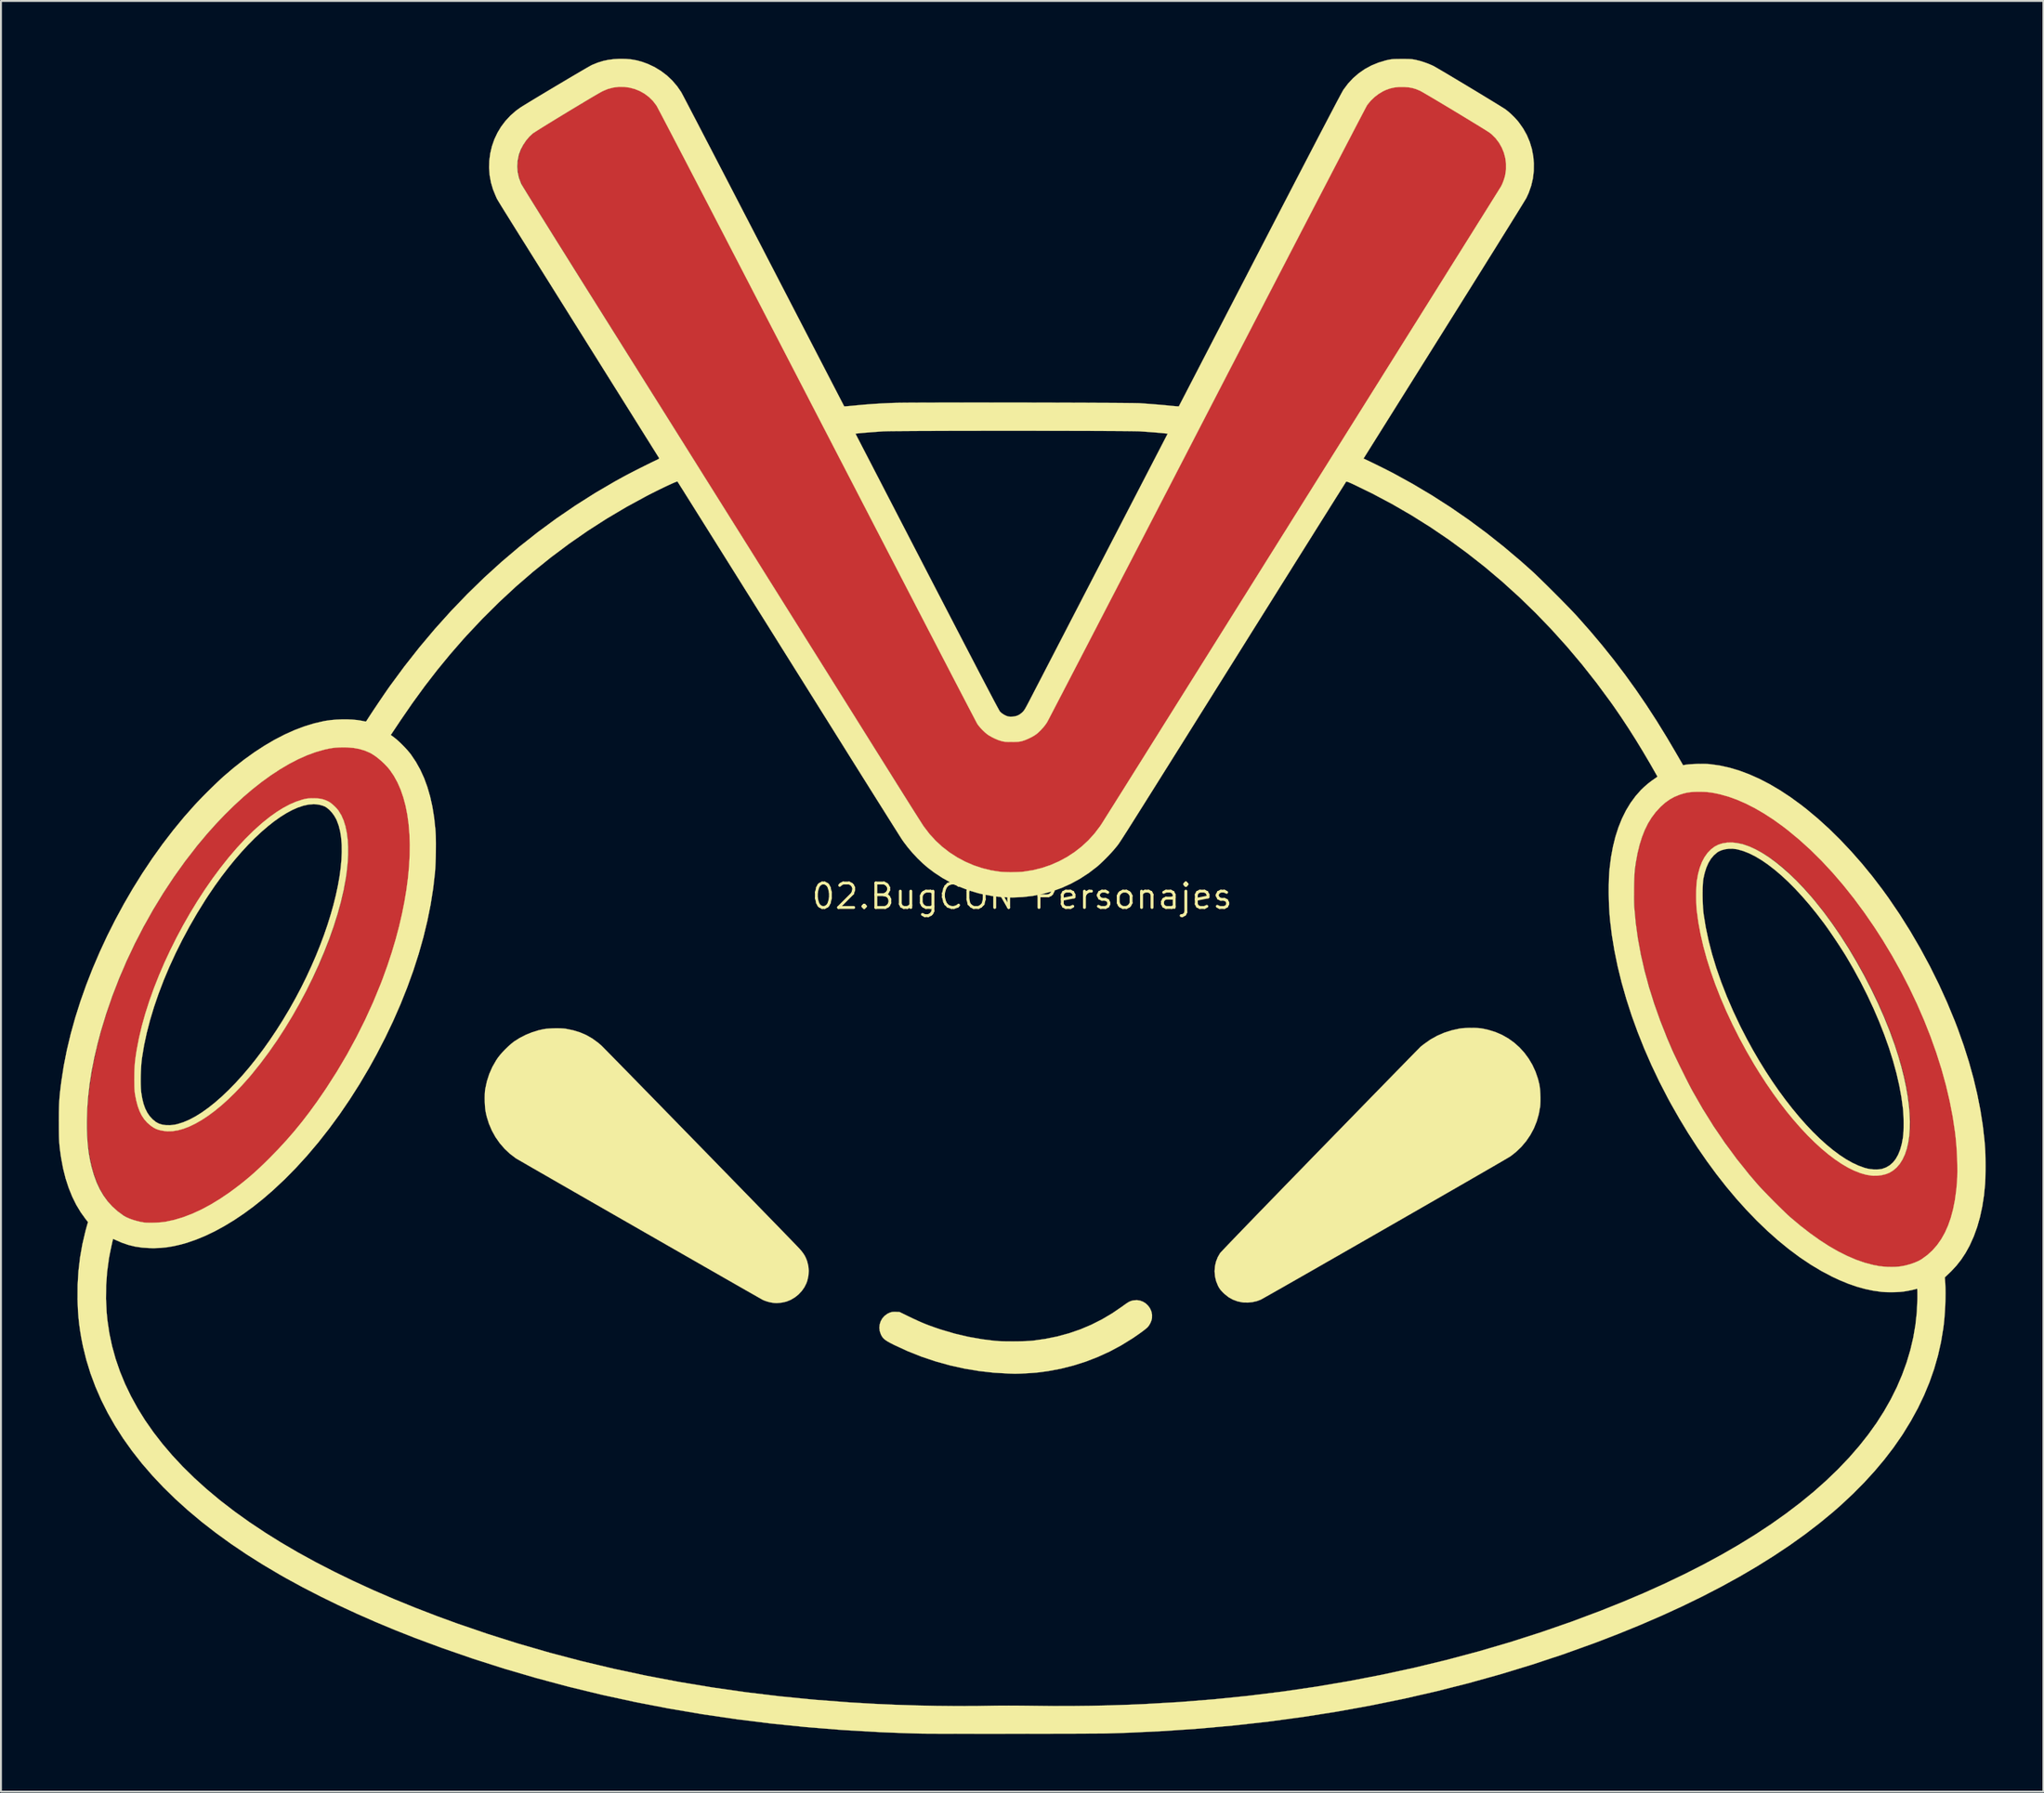
<source format=kicad_pcb>
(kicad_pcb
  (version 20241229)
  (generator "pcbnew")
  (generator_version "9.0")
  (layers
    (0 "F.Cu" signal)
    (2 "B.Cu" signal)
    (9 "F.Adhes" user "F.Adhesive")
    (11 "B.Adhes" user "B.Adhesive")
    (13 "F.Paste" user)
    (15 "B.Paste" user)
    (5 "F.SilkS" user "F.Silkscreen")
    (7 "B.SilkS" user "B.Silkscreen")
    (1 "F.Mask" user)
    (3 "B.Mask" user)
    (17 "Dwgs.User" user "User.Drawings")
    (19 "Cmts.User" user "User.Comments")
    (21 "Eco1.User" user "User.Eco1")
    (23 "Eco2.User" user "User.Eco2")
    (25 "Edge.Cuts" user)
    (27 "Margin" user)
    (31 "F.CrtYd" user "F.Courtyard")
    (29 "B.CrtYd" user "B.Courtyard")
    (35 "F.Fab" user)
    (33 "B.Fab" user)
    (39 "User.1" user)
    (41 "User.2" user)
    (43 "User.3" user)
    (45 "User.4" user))
  (footprint "02.BugCON Personajes"
    (layer "F.Cu")
    (at 49.99 43.476)
    (property "Reference" "02.BugCON Personajes" (at 0 0 0) (layer "F.SilkS") (effects (font (size 1.27 1.27) (thickness 0.15))))
    (attr smd)
    (fp_poly (pts (xy 35.388 -5.453) (xy 35.77 -5.414) (xy 36.166 -5.341) (xy 36.574 -5.235) (xy 36.992 -5.096) (xy 37.344 -4.955) (xy 37.805 -4.74) (xy 38.275 -4.485) (xy 38.752 -4.192) (xy 39.234 -3.864) (xy 39.72 -3.502) (xy 40.206 -3.107) (xy 40.691 -2.68) (xy 41.174 -2.225) (xy 41.652 -1.742) (xy 42.123 -1.233) (xy 42.585 -0.699) (xy 42.906 -0.309) (xy 43.491 0.452) (xy 44.056 1.247) (xy 44.599 2.072) (xy 45.117 2.924) (xy 45.609 3.797) (xy 46.071 4.688) (xy 46.501 5.593) (xy 46.896 6.508) (xy 47.039 6.86) (xy 47.38 7.772) (xy 47.68 8.678) (xy 47.939 9.577) (xy 48.156 10.469) (xy 48.333 11.354) (xy 48.468 12.232) (xy 48.544 12.91) (xy 48.557 13.083) (xy 48.568 13.287) (xy 48.575 13.512) (xy 48.58 13.753) (xy 48.583 14.001) (xy 48.582 14.249) (xy 48.579 14.49) (xy 48.573 14.715) (xy 48.564 14.918) (xy 48.552 15.09) (xy 48.544 15.175) (xy 48.476 15.675) (xy 48.388 16.14) (xy 48.279 16.571) (xy 48.149 16.97) (xy 47.996 17.338) (xy 47.821 17.678) (xy 47.673 17.916) (xy 47.456 18.209) (xy 47.218 18.464) (xy 46.96 18.684) (xy 46.68 18.867) (xy 46.375 19.017) (xy 46.046 19.132) (xy 45.778 19.198) (xy 45.658 19.217) (xy 45.508 19.233) (xy 45.338 19.244) (xy 45.161 19.25) (xy 44.988 19.252) (xy 44.83 19.248) (xy 44.7 19.238) (xy 44.688 19.237) (xy 44.259 19.165) (xy 43.818 19.053) (xy 43.368 18.902) (xy 42.908 18.713) (xy 42.441 18.485) (xy 41.967 18.22) (xy 41.488 17.918) (xy 41.003 17.58) (xy 40.515 17.206) (xy 40.025 16.797) (xy 39.533 16.354) (xy 39.209 16.044) (xy 38.592 15.413) (xy 37.99 14.745) (xy 37.404 14.041) (xy 36.836 13.305) (xy 36.288 12.538) (xy 35.762 11.744) (xy 35.259 10.924) (xy 34.78 10.082) (xy 34.329 9.219) (xy 33.905 8.338) (xy 33.679 7.834) (xy 33.375 7.11) (xy 33.096 6.391) (xy 32.843 5.676) (xy 32.616 4.968) (xy 32.414 4.269) (xy 32.239 3.58) (xy 32.09 2.902) (xy 31.968 2.238) (xy 31.872 1.588) (xy 31.804 0.956) (xy 31.763 0.341) (xy 31.753 -0.1) (xy 35.039 -0.1) (xy 35.041 0.101) (xy 35.046 0.302) (xy 35.054 0.492) (xy 35.066 0.665) (xy 35.077 0.782) (xy 35.156 1.364) (xy 35.27 1.968) (xy 35.415 2.589) (xy 35.59 3.224) (xy 35.794 3.871) (xy 36.025 4.526) (xy 36.282 5.186) (xy 36.564 5.849) (xy 36.867 6.51) (xy 37.192 7.166) (xy 37.536 7.816) (xy 37.898 8.454) (xy 38.277 9.079) (xy 38.67 9.688) (xy 39.076 10.276) (xy 39.494 10.841) (xy 39.923 11.38) (xy 40.36 11.89) (xy 40.804 12.367) (xy 40.815 12.378) (xy 41.207 12.765) (xy 41.592 13.114) (xy 41.968 13.425) (xy 42.337 13.697) (xy 42.696 13.929) (xy 43.047 14.122) (xy 43.387 14.275) (xy 43.716 14.387) (xy 43.902 14.434) (xy 44.062 14.459) (xy 44.24 14.471) (xy 44.422 14.469) (xy 44.595 14.454) (xy 44.745 14.427) (xy 44.794 14.413) (xy 45.024 14.321) (xy 45.229 14.197) (xy 45.412 14.039) (xy 45.573 13.847) (xy 45.714 13.619) (xy 45.802 13.436) (xy 45.912 13.136) (xy 45.995 12.805) (xy 46.052 12.445) (xy 46.083 12.056) (xy 46.089 11.641) (xy 46.069 11.202) (xy 46.025 10.739) (xy 45.955 10.255) (xy 45.862 9.751) (xy 45.744 9.228) (xy 45.602 8.689) (xy 45.436 8.135) (xy 45.248 7.567) (xy 45.036 6.988) (xy 44.801 6.398) (xy 44.544 5.8) (xy 44.429 5.544) (xy 44.08 4.814) (xy 43.708 4.096) (xy 43.317 3.391) (xy 42.907 2.706) (xy 42.483 2.043) (xy 42.046 1.407) (xy 41.599 0.802) (xy 41.145 0.231) (xy 40.708 -0.277) (xy 40.606 -0.387) (xy 40.483 -0.517) (xy 40.344 -0.659) (xy 40.196 -0.807) (xy 40.045 -0.957) (xy 39.896 -1.101) (xy 39.756 -1.235) (xy 39.631 -1.352) (xy 39.525 -1.446) (xy 39.49 -1.476) (xy 39.137 -1.761) (xy 38.787 -2.013) (xy 38.444 -2.232) (xy 38.11 -2.417) (xy 37.787 -2.566) (xy 37.476 -2.679) (xy 37.226 -2.744) (xy 37.062 -2.77) (xy 36.88 -2.781) (xy 36.695 -2.779) (xy 36.522 -2.764) (xy 36.377 -2.736) (xy 36.144 -2.652) (xy 35.932 -2.532) (xy 35.741 -2.376) (xy 35.572 -2.183) (xy 35.425 -1.955) (xy 35.3 -1.692) (xy 35.197 -1.392) (xy 35.116 -1.058) (xy 35.064 -0.742) (xy 35.053 -0.624) (xy 35.045 -0.471) (xy 35.04 -0.294) (xy 35.039 -0.1) (xy 31.753 -0.1) (xy 31.749 -0.253) (xy 31.763 -0.826) (xy 31.805 -1.376) (xy 31.876 -1.901) (xy 31.974 -2.399) (xy 32.101 -2.87) (xy 32.2 -3.162) (xy 32.358 -3.542) (xy 32.539 -3.891) (xy 32.742 -4.208) (xy 32.966 -4.491) (xy 33.211 -4.74) (xy 33.475 -4.953) (xy 33.757 -5.13) (xy 34.056 -5.269) (xy 34.35 -5.365) (xy 34.675 -5.429) (xy 35.022 -5.458) (xy 35.388 -5.453)) (stroke (width 0.01) (type solid)) (fill yes) (layer "F.Cu"))
    (fp_poly (pts (xy -34.807 -7.747) (xy -34.568 -7.714) (xy -34.248 -7.643) (xy -33.956 -7.541) (xy -33.685 -7.407) (xy -33.449 -7.252) (xy -33.165 -7.018) (xy -32.908 -6.757) (xy -32.677 -6.466) (xy -32.471 -6.145) (xy -32.29 -5.794) (xy -32.134 -5.412) (xy -32.002 -4.997) (xy -31.894 -4.549) (xy -31.809 -4.067) (xy -31.748 -3.551) (xy -31.733 -3.367) (xy -31.725 -3.228) (xy -31.72 -3.054) (xy -31.717 -2.854) (xy -31.716 -2.634) (xy -31.718 -2.404) (xy -31.722 -2.171) (xy -31.728 -1.942) (xy -31.736 -1.726) (xy -31.745 -1.53) (xy -31.756 -1.363) (xy -31.764 -1.272) (xy -31.875 -0.387) (xy -32.028 0.505) (xy -32.222 1.401) (xy -32.458 2.303) (xy -32.735 3.209) (xy -33.052 4.12) (xy -33.411 5.034) (xy -33.811 5.951) (xy -34.202 6.772) (xy -34.629 7.601) (xy -35.076 8.408) (xy -35.543 9.191) (xy -36.028 9.948) (xy -36.529 10.678) (xy -37.046 11.378) (xy -37.577 12.048) (xy -38.121 12.685) (xy -38.676 13.288) (xy -39.241 13.855) (xy -39.814 14.384) (xy -40.396 14.875) (xy -40.788 15.18) (xy -41.259 15.518) (xy -41.728 15.823) (xy -42.193 16.094) (xy -42.652 16.331) (xy -43.104 16.531) (xy -43.547 16.696) (xy -43.978 16.822) (xy -44.396 16.911) (xy -44.466 16.922) (xy -44.565 16.934) (xy -44.69 16.945) (xy -44.832 16.954) (xy -44.98 16.961) (xy -45.124 16.965) (xy -45.254 16.967) (xy -45.36 16.965) (xy -45.418 16.961) (xy -45.672 16.923) (xy -45.924 16.867) (xy -46.161 16.796) (xy -46.372 16.713) (xy -46.434 16.683) (xy -46.558 16.613) (xy -46.7 16.52) (xy -46.849 16.413) (xy -46.994 16.299) (xy -47.124 16.186) (xy -47.187 16.126) (xy -47.431 15.853) (xy -47.651 15.547) (xy -47.846 15.206) (xy -48.017 14.832) (xy -48.164 14.423) (xy -48.287 13.98) (xy -48.385 13.503) (xy -48.46 12.99) (xy -48.468 12.921) (xy -48.482 12.764) (xy -48.494 12.574) (xy -48.503 12.36) (xy -48.51 12.129) (xy -48.514 11.89) (xy -48.515 11.653) (xy -48.513 11.426) (xy -48.508 11.217) (xy -48.5 11.037) (xy -48.434 10.261) (xy -48.338 9.53) (xy -46.03 9.53) (xy -46.028 9.711) (xy -46.023 9.878) (xy -46.016 10.022) (xy -46.007 10.134) (xy -46.004 10.158) (xy -45.949 10.496) (xy -45.878 10.796) (xy -45.789 11.063) (xy -45.68 11.299) (xy -45.551 11.507) (xy -45.399 11.691) (xy -45.224 11.853) (xy -45.085 11.955) (xy -44.914 12.048) (xy -44.715 12.116) (xy -44.496 12.159) (xy -44.263 12.176) (xy -44.026 12.165) (xy -43.84 12.136) (xy -43.57 12.065) (xy -43.283 11.96) (xy -42.983 11.823) (xy -42.674 11.656) (xy -42.361 11.461) (xy -42.048 11.242) (xy -41.996 11.203) (xy -41.673 10.945) (xy -41.339 10.653) (xy -40.996 10.328) (xy -40.65 9.977) (xy -40.303 9.602) (xy -39.959 9.207) (xy -39.809 9.026) (xy -39.439 8.558) (xy -39.066 8.053) (xy -38.696 7.517) (xy -38.329 6.955) (xy -37.97 6.374) (xy -37.623 5.777) (xy -37.289 5.172) (xy -36.973 4.563) (xy -36.677 3.955) (xy -36.405 3.355) (xy -36.292 3.089) (xy -36.035 2.45) (xy -35.805 1.822) (xy -35.602 1.209) (xy -35.426 0.611) (xy -35.278 0.031) (xy -35.158 -0.53) (xy -35.067 -1.069) (xy -35.004 -1.586) (xy -34.971 -2.077) (xy -34.968 -2.542) (xy -34.974 -2.701) (xy -35.007 -3.079) (xy -35.064 -3.427) (xy -35.145 -3.745) (xy -35.249 -4.032) (xy -35.376 -4.286) (xy -35.526 -4.506) (xy -35.698 -4.691) (xy -35.795 -4.772) (xy -35.899 -4.846) (xy -35.998 -4.904) (xy -36.107 -4.953) (xy -36.24 -4.999) (xy -36.278 -5.01) (xy -36.366 -5.035) (xy -36.443 -5.051) (xy -36.524 -5.061) (xy -36.621 -5.065) (xy -36.74 -5.066) (xy -36.953 -5.058) (xy -37.159 -5.031) (xy -37.365 -4.984) (xy -37.578 -4.914) (xy -37.808 -4.819) (xy -38.052 -4.702) (xy -38.356 -4.537) (xy -38.658 -4.347) (xy -38.963 -4.131) (xy -39.275 -3.886) (xy -39.595 -3.61) (xy -39.929 -3.299) (xy -40.117 -3.114) (xy -40.583 -2.627) (xy -41.044 -2.1) (xy -41.498 -1.538) (xy -41.944 -0.942) (xy -42.379 -0.317) (xy -42.801 0.336) (xy -43.209 1.013) (xy -43.601 1.711) (xy -43.974 2.428) (xy -44.327 3.159) (xy -44.645 3.872) (xy -44.955 4.634) (xy -45.228 5.38) (xy -45.462 6.109) (xy -45.658 6.821) (xy -45.816 7.515) (xy -45.936 8.193) (xy -46.004 8.719) (xy -46.014 8.84) (xy -46.021 8.991) (xy -46.026 9.161) (xy -46.029 9.344) (xy -46.03 9.53) (xy -48.338 9.53) (xy -48.33 9.47) (xy -48.19 8.668) (xy -48.013 7.857) (xy -47.802 7.039) (xy -47.558 6.217) (xy -47.281 5.393) (xy -46.973 4.569) (xy -46.635 3.749) (xy -46.268 2.934) (xy -45.873 2.127) (xy -45.451 1.33) (xy -45.003 0.546) (xy -44.531 -0.222) (xy -44.035 -0.973) (xy -43.517 -1.704) (xy -42.977 -2.412) (xy -42.417 -3.095) (xy -41.867 -3.718) (xy -41.369 -4.245) (xy -40.866 -4.741) (xy -40.361 -5.203) (xy -39.854 -5.632) (xy -39.349 -6.025) (xy -38.846 -6.381) (xy -38.347 -6.699) (xy -37.855 -6.977) (xy -37.629 -7.092) (xy -37.181 -7.298) (xy -36.75 -7.466) (xy -36.335 -7.596) (xy -35.935 -7.689) (xy -35.547 -7.745) (xy -35.172 -7.764) (xy -34.807 -7.747)) (stroke (width 0.01) (type solid)) (fill yes) (layer "F.Cu"))
    (fp_poly (pts (xy -20.456 -42.02) (xy -20.163 -41.961) (xy -19.883 -41.864) (xy -19.62 -41.732) (xy -19.378 -41.567) (xy -19.159 -41.371) (xy -18.969 -41.144) (xy -18.929 -41.087) (xy -18.914 -41.06) (xy -18.88 -40.997) (xy -18.827 -40.898) (xy -18.757 -40.765) (xy -18.67 -40.6) (xy -18.567 -40.403) (xy -18.449 -40.176) (xy -18.315 -39.92) (xy -18.167 -39.636) (xy -18.006 -39.326) (xy -17.831 -38.99) (xy -17.644 -38.63) (xy -17.445 -38.247) (xy -17.235 -37.843) (xy -17.014 -37.418) (xy -16.784 -36.973) (xy -16.544 -36.511) (xy -16.296 -36.032) (xy -16.04 -35.538) (xy -15.776 -35.029) (xy -15.506 -34.508) (xy -15.23 -33.974) (xy -14.948 -33.43) (xy -14.662 -32.876) (xy -14.576 -32.71) (xy -14.284 -32.147) (xy -13.996 -31.588) (xy -13.711 -31.037) (xy -13.43 -30.495) (xy -13.154 -29.962) (xy -12.885 -29.44) (xy -12.621 -28.931) (xy -12.365 -28.436) (xy -12.117 -27.957) (xy -11.878 -27.494) (xy -11.648 -27.049) (xy -11.428 -26.624) (xy -11.219 -26.22) (xy -11.022 -25.838) (xy -10.836 -25.48) (xy -10.664 -25.147) (xy -10.506 -24.841) (xy -10.361 -24.562) (xy -10.232 -24.312) (xy -10.119 -24.094) (xy -10.022 -23.907) (xy -9.943 -23.753) (xy -9.882 -23.635) (xy -9.839 -23.552) (xy -9.838 -23.55) (xy -9.792 -23.462) (xy -9.728 -23.338) (xy -9.646 -23.18) (xy -9.548 -22.989) (xy -9.433 -22.766) (xy -9.302 -22.514) (xy -9.158 -22.234) (xy -8.999 -21.927) (xy -8.828 -21.595) (xy -8.644 -21.24) (xy -8.449 -20.863) (xy -8.244 -20.465) (xy -8.029 -20.049) (xy -7.805 -19.616) (xy -7.573 -19.167) (xy -7.334 -18.704) (xy -7.089 -18.229) (xy -6.837 -17.742) (xy -6.582 -17.247) (xy -6.322 -16.744) (xy -6.059 -16.235) (xy -5.868 -15.866) (xy -5.608 -15.362) (xy -5.352 -14.867) (xy -5.101 -14.382) (xy -4.856 -13.909) (xy -4.618 -13.448) (xy -4.388 -13.003) (xy -4.165 -12.573) (xy -3.951 -12.16) (xy -3.746 -11.766) (xy -3.552 -11.391) (xy -3.369 -11.038) (xy -3.197 -10.707) (xy -3.037 -10.401) (xy -2.891 -10.119) (xy -2.758 -9.865) (xy -2.64 -9.638) (xy -2.536 -9.441) (xy -2.449 -9.275) (xy -2.378 -9.141) (xy -2.325 -9.04) (xy -2.289 -8.975) (xy -2.273 -8.945) (xy -2.139 -8.771) (xy -1.975 -8.602) (xy -1.79 -8.447) (xy -1.595 -8.312) (xy -1.399 -8.207) (xy -1.325 -8.176) (xy -1.193 -8.127) (xy -1.083 -8.09) (xy -0.983 -8.065) (xy -0.884 -8.049) (xy -0.774 -8.04) (xy -0.641 -8.036) (xy -0.513 -8.036) (xy -0.375 -8.037) (xy -0.27 -8.039) (xy -0.189 -8.044) (xy -0.121 -8.052) (xy -0.059 -8.065) (xy 0.009 -8.083) (xy 0.048 -8.095) (xy 0.339 -8.204) (xy 0.603 -8.343) (xy 0.839 -8.515) (xy 1.05 -8.72) (xy 1.212 -8.923) (xy 1.228 -8.951) (xy 1.263 -9.015) (xy 1.316 -9.114) (xy 1.386 -9.247) (xy 1.473 -9.412) (xy 1.577 -9.608) (xy 1.695 -9.834) (xy 1.828 -10.089) (xy 1.976 -10.371) (xy 2.136 -10.679) (xy 2.31 -11.012) (xy 2.495 -11.368) (xy 2.692 -11.746) (xy 2.9 -12.145) (xy 3.117 -12.564) (xy 3.344 -13) (xy 3.58 -13.454) (xy 3.823 -13.923) (xy 4.074 -14.407) (xy 4.332 -14.904) (xy 4.595 -15.412) (xy 4.864 -15.931) (xy 5.137 -16.46) (xy 5.17 -16.522) (xy 5.772 -17.687) (xy 6.356 -18.814) (xy 6.921 -19.905) (xy 7.467 -20.96) (xy 7.995 -21.98) (xy 8.505 -22.966) (xy 8.997 -23.917) (xy 9.472 -24.835) (xy 9.93 -25.719) (xy 10.371 -26.572) (xy 10.796 -27.393) (xy 11.205 -28.183) (xy 11.598 -28.942) (xy 11.976 -29.671) (xy 12.338 -30.371) (xy 12.685 -31.042) (xy 13.018 -31.685) (xy 13.337 -32.3) (xy 13.641 -32.888) (xy 13.932 -33.45) (xy 14.21 -33.986) (xy 14.474 -34.497) (xy 14.726 -34.983) (xy 14.965 -35.445) (xy 15.192 -35.883) (xy 15.408 -36.299) (xy 15.611 -36.692) (xy 15.804 -37.064) (xy 15.986 -37.415) (xy 16.157 -37.744) (xy 16.317 -38.054) (xy 16.468 -38.345) (xy 16.609 -38.617) (xy 16.74 -38.87) (xy 16.863 -39.107) (xy 16.977 -39.326) (xy 17.082 -39.528) (xy 17.179 -39.715) (xy 17.268 -39.886) (xy 17.349 -40.043) (xy 17.424 -40.186) (xy 17.491 -40.315) (xy 17.552 -40.432) (xy 17.606 -40.536) (xy 17.654 -40.628) (xy 17.697 -40.709) (xy 17.734 -40.78) (xy 17.766 -40.841) (xy 17.793 -40.892) (xy 17.815 -40.934) (xy 17.834 -40.969) (xy 17.848 -40.996) (xy 17.859 -41.015) (xy 17.866 -41.029) (xy 17.871 -41.035) (xy 17.964 -41.166) (xy 18.079 -41.303) (xy 18.202 -41.433) (xy 18.322 -41.541) (xy 18.332 -41.549) (xy 18.587 -41.726) (xy 18.855 -41.864) (xy 19.137 -41.962) (xy 19.434 -42.02) (xy 19.736 -42.038) (xy 20.011 -42.025) (xy 20.262 -41.984) (xy 20.501 -41.912) (xy 20.718 -41.817) (xy 20.761 -41.794) (xy 20.836 -41.751) (xy 20.941 -41.69) (xy 21.072 -41.613) (xy 21.226 -41.521) (xy 21.401 -41.418) (xy 21.591 -41.304) (xy 21.796 -41.182) (xy 22.01 -41.054) (xy 22.231 -40.921) (xy 22.456 -40.786) (xy 22.682 -40.651) (xy 22.904 -40.517) (xy 23.12 -40.386) (xy 23.327 -40.261) (xy 23.521 -40.144) (xy 23.699 -40.036) (xy 23.858 -39.939) (xy 23.994 -39.855) (xy 24.105 -39.787) (xy 24.187 -39.735) (xy 24.236 -39.703) (xy 24.244 -39.698) (xy 24.47 -39.512) (xy 24.667 -39.3) (xy 24.832 -39.064) (xy 24.964 -38.811) (xy 25.064 -38.543) (xy 25.129 -38.265) (xy 25.159 -37.981) (xy 25.152 -37.694) (xy 25.108 -37.409) (xy 25.026 -37.13) (xy 24.93 -36.908) (xy 24.915 -36.883) (xy 24.878 -36.823) (xy 24.819 -36.728) (xy 24.739 -36.598) (xy 24.638 -36.435) (xy 24.516 -36.239) (xy 24.373 -36.01) (xy 24.21 -35.749) (xy 24.028 -35.457) (xy 23.826 -35.133) (xy 23.605 -34.779) (xy 23.365 -34.396) (xy 23.107 -33.982) (xy 22.83 -33.54) (xy 22.536 -33.07) (xy 22.225 -32.572) (xy 21.896 -32.046) (xy 21.551 -31.494) (xy 21.189 -30.916) (xy 20.812 -30.312) (xy 20.418 -29.684) (xy 20.009 -29.03) (xy 19.586 -28.353) (xy 19.147 -27.652) (xy 18.694 -26.928) (xy 18.227 -26.182) (xy 17.746 -25.415) (xy 17.252 -24.626) (xy 16.745 -23.816) (xy 16.226 -22.986) (xy 15.694 -22.136) (xy 15.15 -21.267) (xy 14.594 -20.38) (xy 14.027 -19.475) (xy 13.449 -18.552) (xy 12.86 -17.612) (xy 12.262 -16.656) (xy 11.653 -15.684) (xy 11.034 -14.696) (xy 10.406 -13.694) (xy 9.77 -12.678) (xy 9.124 -11.647) (xy 8.471 -10.604) (xy 7.809 -9.548) (xy 7.14 -8.48) (xy 6.463 -7.401) (xy 5.78 -6.31) (xy 5.09 -5.209) (xy 4.568 -4.376) (xy 4.401 -4.112) (xy 4.251 -3.88) (xy 4.116 -3.678) (xy 3.991 -3.5) (xy 3.875 -3.342) (xy 3.763 -3.201) (xy 3.653 -3.072) (xy 3.541 -2.952) (xy 3.425 -2.835) (xy 3.3 -2.719) (xy 3.286 -2.706) (xy 2.908 -2.391) (xy 2.51 -2.111) (xy 2.093 -1.868) (xy 1.659 -1.662) (xy 1.21 -1.495) (xy 0.75 -1.367) (xy 0.279 -1.28) (xy 0.049 -1.252) (xy -0.106 -1.241) (xy -0.289 -1.234) (xy -0.487 -1.232) (xy -0.689 -1.235) (xy -0.883 -1.241) (xy -1.055 -1.252) (xy -1.162 -1.262) (xy -1.641 -1.341) (xy -2.111 -1.46) (xy -2.568 -1.618) (xy -3.008 -1.814) (xy -3.429 -2.046) (xy -3.596 -2.152) (xy -3.962 -2.416) (xy -4.309 -2.711) (xy -4.631 -3.032) (xy -4.921 -3.373) (xy -5.09 -3.602) (xy -5.11 -3.632) (xy -5.151 -3.697) (xy -5.214 -3.797) (xy -5.298 -3.93) (xy -5.403 -4.096) (xy -5.528 -4.294) (xy -5.672 -4.524) (xy -5.836 -4.784) (xy -6.018 -5.073) (xy -6.218 -5.392) (xy -6.436 -5.74) (xy -6.672 -6.114) (xy -6.924 -6.516) (xy -7.192 -6.944) (xy -7.476 -7.396) (xy -7.776 -7.874) (xy -8.09 -8.375) (xy -8.419 -8.899) (xy -8.761 -9.446) (xy -9.117 -10.014) (xy -9.486 -10.602) (xy -9.868 -11.211) (xy -10.261 -11.839) (xy -10.666 -12.485) (xy -11.082 -13.149) (xy -11.509 -13.83) (xy -11.945 -14.527) (xy -12.392 -15.239) (xy -12.847 -15.967) (xy -13.311 -16.708) (xy -13.784 -17.462) (xy -14.264 -18.229) (xy -14.751 -19.007) (xy -15.245 -19.796) (xy -15.746 -20.595) (xy -16.252 -21.404) (xy -16.764 -22.221) (xy -17.28 -23.047) (xy -17.595 -23.55) (xy -17.666 -23.663) (xy -17.759 -23.811) (xy -17.872 -23.991) (xy -18.004 -24.202) (xy -18.154 -24.442) (xy -18.322 -24.71) (xy -18.506 -25.003) (xy -18.705 -25.32) (xy -18.917 -25.66) (xy -19.143 -26.02) (xy -19.381 -26.4) (xy -19.629 -26.796) (xy -19.888 -27.208) (xy -20.154 -27.635) (xy -20.429 -28.073) (xy -20.71 -28.522) (xy -20.997 -28.979) (xy -21.288 -29.444) (xy -21.583 -29.914) (xy -21.88 -30.388) (xy -22.104 -30.746) (xy -22.395 -31.209) (xy -22.68 -31.664) (xy -22.958 -32.11) (xy -23.23 -32.544) (xy -23.494 -32.966) (xy -23.749 -33.374) (xy -23.994 -33.767) (xy -24.229 -34.143) (xy -24.453 -34.502) (xy -24.665 -34.841) (xy -24.863 -35.16) (xy -25.048 -35.457) (xy -25.218 -35.73) (xy -25.373 -35.979) (xy -25.511 -36.201) (xy -25.631 -36.397) (xy -25.734 -36.563) (xy -25.818 -36.699) (xy -25.882 -36.804) (xy -25.925 -36.876) (xy -25.947 -36.913) (xy -25.949 -36.916) (xy -26.063 -37.191) (xy -26.139 -37.474) (xy -26.175 -37.762) (xy -26.174 -38.05) (xy -26.136 -38.335) (xy -26.062 -38.612) (xy -25.952 -38.879) (xy -25.809 -39.131) (xy -25.632 -39.363) (xy -25.423 -39.573) (xy -25.32 -39.657) (xy -25.285 -39.681) (xy -25.217 -39.725) (xy -25.119 -39.787) (xy -24.994 -39.864) (xy -24.845 -39.956) (xy -24.676 -40.059) (xy -24.489 -40.173) (xy -24.288 -40.295) (xy -24.077 -40.424) (xy -23.857 -40.557) (xy -23.633 -40.693) (xy -23.407 -40.829) (xy -23.183 -40.964) (xy -22.964 -41.095) (xy -22.753 -41.222) (xy -22.553 -41.341) (xy -22.368 -41.452) (xy -22.2 -41.552) (xy -22.053 -41.639) (xy -21.929 -41.711) (xy -21.833 -41.767) (xy -21.767 -41.804) (xy -21.744 -41.816) (xy -21.506 -41.92) (xy -21.264 -41.99) (xy -21.008 -42.029) (xy -20.759 -42.04) (xy -20.456 -42.02)) (stroke (width 0.01) (type solid)) (fill yes) (layer "F.Cu"))
    (fp_poly (pts (xy 37.038 -2.491) (xy 37.302 -2.435) (xy 37.582 -2.341) (xy 37.874 -2.211) (xy 38.179 -2.046) (xy 38.495 -1.847) (xy 38.821 -1.614) (xy 39.156 -1.348) (xy 39.498 -1.051) (xy 39.846 -0.722) (xy 40.199 -0.364) (xy 40.555 0.024) (xy 40.915 0.44) (xy 40.943 0.474) (xy 41.393 1.036) (xy 41.832 1.628) (xy 42.257 2.248) (xy 42.668 2.89) (xy 43.062 3.552) (xy 43.437 4.228) (xy 43.791 4.916) (xy 44.123 5.612) (xy 44.43 6.31) (xy 44.711 7.009) (xy 44.963 7.702) (xy 45.186 8.388) (xy 45.375 9.061) (xy 45.531 9.718) (xy 45.568 9.897) (xy 45.633 10.243) (xy 45.684 10.56) (xy 45.722 10.856) (xy 45.748 11.143) (xy 45.763 11.43) (xy 45.767 11.726) (xy 45.765 11.929) (xy 45.756 12.204) (xy 45.739 12.445) (xy 45.714 12.658) (xy 45.678 12.85) (xy 45.63 13.029) (xy 45.57 13.202) (xy 45.495 13.376) (xy 45.472 13.425) (xy 45.347 13.639) (xy 45.197 13.819) (xy 45.025 13.963) (xy 44.832 14.072) (xy 44.619 14.144) (xy 44.389 14.178) (xy 44.144 14.174) (xy 44.088 14.167) (xy 43.804 14.111) (xy 43.507 14.016) (xy 43.199 13.883) (xy 42.88 13.714) (xy 42.553 13.509) (xy 42.217 13.27) (xy 41.875 12.998) (xy 41.528 12.694) (xy 41.176 12.36) (xy 40.821 11.996) (xy 40.465 11.603) (xy 40.108 11.183) (xy 39.751 10.737) (xy 39.397 10.266) (xy 39.046 9.771) (xy 38.699 9.253) (xy 38.431 8.833) (xy 38.101 8.288) (xy 37.787 7.735) (xy 37.489 7.179) (xy 37.207 6.619) (xy 36.942 6.059) (xy 36.694 5.5) (xy 36.465 4.943) (xy 36.255 4.392) (xy 36.064 3.848) (xy 35.892 3.312) (xy 35.741 2.788) (xy 35.611 2.276) (xy 35.502 1.779) (xy 35.415 1.298) (xy 35.351 0.836) (xy 35.31 0.395) (xy 35.292 -0.024) (xy 35.298 -0.418) (xy 35.33 -0.786) (xy 35.386 -1.126) (xy 35.468 -1.436) (xy 35.509 -1.551) (xy 35.579 -1.721) (xy 35.653 -1.862) (xy 35.74 -1.988) (xy 35.849 -2.112) (xy 35.899 -2.164) (xy 36.042 -2.291) (xy 36.186 -2.386) (xy 36.341 -2.452) (xy 36.514 -2.492) (xy 36.714 -2.509) (xy 36.789 -2.51) (xy 37.038 -2.491)) (stroke (width 0.01) (type solid)) (fill yes) (layer "F.Mask"))
    (fp_poly (pts (xy -36.457 -4.783) (xy -36.325 -4.75) (xy -36.132 -4.666) (xy -35.957 -4.545) (xy -35.8 -4.387) (xy -35.661 -4.193) (xy -35.542 -3.965) (xy -35.443 -3.702) (xy -35.365 -3.407) (xy -35.319 -3.16) (xy -35.305 -3.039) (xy -35.295 -2.884) (xy -35.287 -2.706) (xy -35.283 -2.511) (xy -35.282 -2.311) (xy -35.284 -2.113) (xy -35.29 -1.926) (xy -35.3 -1.76) (xy -35.309 -1.657) (xy -35.396 -1.011) (xy -35.52 -0.346) (xy -35.68 0.336) (xy -35.876 1.034) (xy -36.106 1.745) (xy -36.371 2.468) (xy -36.669 3.201) (xy -37.001 3.942) (xy -37.304 4.568) (xy -37.609 5.159) (xy -37.929 5.738) (xy -38.261 6.302) (xy -38.604 6.85) (xy -38.955 7.38) (xy -39.315 7.89) (xy -39.68 8.378) (xy -40.05 8.842) (xy -40.423 9.282) (xy -40.797 9.693) (xy -41.171 10.076) (xy -41.543 10.427) (xy -41.912 10.745) (xy -42.276 11.029) (xy -42.633 11.276) (xy -42.983 11.484) (xy -43.114 11.553) (xy -43.417 11.691) (xy -43.705 11.793) (xy -43.977 11.859) (xy -44.232 11.888) (xy -44.47 11.879) (xy -44.64 11.847) (xy -44.747 11.817) (xy -44.831 11.784) (xy -44.906 11.743) (xy -44.989 11.684) (xy -45.049 11.637) (xy -45.21 11.486) (xy -45.349 11.31) (xy -45.467 11.105) (xy -45.564 10.87) (xy -45.641 10.603) (xy -45.7 10.3) (xy -45.728 10.093) (xy -45.738 9.961) (xy -45.745 9.795) (xy -45.747 9.605) (xy -45.745 9.398) (xy -45.739 9.184) (xy -45.73 8.97) (xy -45.717 8.767) (xy -45.702 8.581) (xy -45.685 8.439) (xy -45.587 7.821) (xy -45.455 7.186) (xy -45.291 6.537) (xy -45.096 5.877) (xy -44.873 5.209) (xy -44.622 4.536) (xy -44.347 3.862) (xy -44.047 3.19) (xy -43.726 2.523) (xy -43.384 1.864) (xy -43.024 1.216) (xy -42.646 0.582) (xy -42.254 -0.034) (xy -41.848 -0.629) (xy -41.43 -1.201) (xy -41.002 -1.745) (xy -40.565 -2.26) (xy -40.122 -2.741) (xy -39.673 -3.186) (xy -39.29 -3.532) (xy -39.013 -3.761) (xy -38.731 -3.974) (xy -38.449 -4.168) (xy -38.173 -4.34) (xy -37.908 -4.487) (xy -37.657 -4.605) (xy -37.426 -4.693) (xy -37.423 -4.694) (xy -37.164 -4.762) (xy -36.914 -4.8) (xy -36.676 -4.807) (xy -36.457 -4.783)) (stroke (width 0.01) (type solid)) (fill yes) (layer "F.Mask"))
    (fp_poly (pts (xy 37.03 -2.479) (xy 37.294 -2.422) (xy 37.574 -2.328) (xy 37.867 -2.198) (xy 38.172 -2.033) (xy 38.488 -1.834) (xy 38.813 -1.601) (xy 39.148 -1.335) (xy 39.49 -1.038) (xy 39.838 -0.709) (xy 40.191 -0.351) (xy 40.548 0.037) (xy 40.907 0.453) (xy 40.935 0.487) (xy 41.385 1.048) (xy 41.824 1.641) (xy 42.249 2.26) (xy 42.66 2.903) (xy 43.054 3.565) (xy 43.429 4.241) (xy 43.783 4.929) (xy 44.115 5.625) (xy 44.422 6.323) (xy 44.703 7.022) (xy 44.956 7.715) (xy 45.178 8.401) (xy 45.367 9.074) (xy 45.523 9.731) (xy 45.56 9.91) (xy 45.625 10.256) (xy 45.676 10.573) (xy 45.714 10.869) (xy 45.74 11.156) (xy 45.755 11.442) (xy 45.759 11.739) (xy 45.757 11.942) (xy 45.748 12.217) (xy 45.731 12.458) (xy 45.706 12.671) (xy 45.67 12.863) (xy 45.622 13.042) (xy 45.562 13.215) (xy 45.487 13.389) (xy 45.464 13.438) (xy 45.339 13.652) (xy 45.189 13.832) (xy 45.017 13.976) (xy 44.824 14.085) (xy 44.611 14.157) (xy 44.381 14.191) (xy 44.136 14.186) (xy 44.08 14.18) (xy 43.796 14.124) (xy 43.499 14.029) (xy 43.191 13.896) (xy 42.872 13.727) (xy 42.545 13.522) (xy 42.209 13.283) (xy 41.867 13.011) (xy 41.52 12.707) (xy 41.168 12.373) (xy 40.813 12.009) (xy 40.457 11.616) (xy 40.1 11.196) (xy 39.743 10.75) (xy 39.389 10.279) (xy 39.038 9.783) (xy 38.691 9.266) (xy 38.423 8.846) (xy 38.093 8.3) (xy 37.779 7.748) (xy 37.481 7.192) (xy 37.199 6.632) (xy 36.934 6.072) (xy 36.687 5.512) (xy 36.457 4.956) (xy 36.247 4.405) (xy 36.056 3.861) (xy 35.884 3.325) (xy 35.733 2.801) (xy 35.603 2.289) (xy 35.494 1.792) (xy 35.407 1.311) (xy 35.343 0.849) (xy 35.302 0.408) (xy 35.284 -0.011) (xy 35.29 -0.405) (xy 35.322 -0.773) (xy 35.378 -1.113) (xy 35.46 -1.423) (xy 35.501 -1.538) (xy 35.571 -1.708) (xy 35.645 -1.849) (xy 35.732 -1.975) (xy 35.841 -2.099) (xy 35.891 -2.151) (xy 36.034 -2.278) (xy 36.178 -2.373) (xy 36.333 -2.439) (xy 36.506 -2.479) (xy 36.706 -2.496) (xy 36.781 -2.497) (xy 37.03 -2.479)) (stroke (width 0.01) (type solid)) (fill yes) (layer "B.Mask"))
    (fp_poly (pts (xy -36.472 -4.777) (xy -36.339 -4.743) (xy -36.147 -4.66) (xy -35.971 -4.539) (xy -35.814 -4.381) (xy -35.676 -4.187) (xy -35.557 -3.958) (xy -35.458 -3.696) (xy -35.38 -3.401) (xy -35.334 -3.154) (xy -35.32 -3.033) (xy -35.309 -2.878) (xy -35.301 -2.699) (xy -35.297 -2.505) (xy -35.296 -2.304) (xy -35.299 -2.106) (xy -35.305 -1.92) (xy -35.314 -1.754) (xy -35.323 -1.651) (xy -35.411 -1.004) (xy -35.535 -0.339) (xy -35.695 0.343) (xy -35.89 1.04) (xy -36.12 1.751) (xy -36.385 2.474) (xy -36.684 3.207) (xy -37.015 3.949) (xy -37.318 4.574) (xy -37.624 5.165) (xy -37.944 5.744) (xy -38.276 6.308) (xy -38.618 6.856) (xy -38.97 7.386) (xy -39.329 7.896) (xy -39.695 8.384) (xy -40.064 8.849) (xy -40.437 9.288) (xy -40.811 9.7) (xy -41.185 10.082) (xy -41.557 10.433) (xy -41.926 10.752) (xy -42.29 11.035) (xy -42.648 11.282) (xy -42.998 11.49) (xy -43.128 11.559) (xy -43.431 11.698) (xy -43.719 11.8) (xy -43.991 11.865) (xy -44.247 11.894) (xy -44.484 11.886) (xy -44.655 11.854) (xy -44.761 11.823) (xy -44.845 11.791) (xy -44.921 11.749) (xy -45.004 11.691) (xy -45.063 11.644) (xy -45.225 11.493) (xy -45.364 11.316) (xy -45.481 11.111) (xy -45.578 10.877) (xy -45.656 10.609) (xy -45.715 10.306) (xy -45.742 10.1) (xy -45.753 9.967) (xy -45.759 9.802) (xy -45.761 9.611) (xy -45.759 9.405) (xy -45.753 9.19) (xy -45.744 8.977) (xy -45.732 8.773) (xy -45.716 8.587) (xy -45.7 8.445) (xy -45.602 7.828) (xy -45.47 7.192) (xy -45.305 6.543) (xy -45.111 5.883) (xy -44.887 5.215) (xy -44.637 4.543) (xy -44.361 3.869) (xy -44.062 3.197) (xy -43.74 2.53) (xy -43.399 1.87) (xy -43.038 1.222) (xy -42.661 0.589) (xy -42.268 -0.027) (xy -41.862 -0.623) (xy -41.444 -1.194) (xy -41.016 -1.739) (xy -40.58 -2.253) (xy -40.136 -2.735) (xy -39.688 -3.179) (xy -39.305 -3.525) (xy -39.027 -3.755) (xy -38.745 -3.968) (xy -38.464 -4.162) (xy -38.188 -4.334) (xy -37.922 -4.48) (xy -37.671 -4.599) (xy -37.441 -4.686) (xy -37.437 -4.687) (xy -37.179 -4.756) (xy -36.928 -4.794) (xy -36.691 -4.801) (xy -36.472 -4.777)) (stroke (width 0.01) (type solid)) (fill yes) (layer "B.Mask"))
    (fp_poly (pts (xy 6.126 20.988) (xy 6.282 21.048) (xy 6.423 21.138) (xy 6.543 21.254) (xy 6.64 21.392) (xy 6.708 21.547) (xy 6.743 21.716) (xy 6.741 21.891) (xy 6.713 22.014) (xy 6.661 22.145) (xy 6.592 22.267) (xy 6.515 22.366) (xy 6.505 22.376) (xy 6.421 22.449) (xy 6.305 22.541) (xy 6.161 22.648) (xy 5.993 22.767) (xy 5.806 22.895) (xy 5.715 22.956) (xy 5.142 23.31) (xy 4.547 23.628) (xy 3.934 23.909) (xy 3.304 24.153) (xy 2.66 24.357) (xy 2.003 24.523) (xy 1.336 24.648) (xy 0.868 24.711) (xy 0.743 24.724) (xy 0.592 24.736) (xy 0.425 24.748) (xy 0.251 24.759) (xy 0.078 24.768) (xy -0.085 24.776) (xy -0.229 24.78) (xy -0.346 24.782) (xy -0.402 24.782) (xy -0.493 24.779) (xy -0.604 24.776) (xy -0.711 24.772) (xy -0.72 24.772) (xy -1.482 24.727) (xy -2.243 24.641) (xy -3 24.514) (xy -3.75 24.347) (xy -4.49 24.141) (xy -5.217 23.897) (xy -5.929 23.615) (xy -6.621 23.296) (xy -6.683 23.265) (xy -6.849 23.18) (xy -6.981 23.106) (xy -7.084 23.039) (xy -7.165 22.974) (xy -7.228 22.907) (xy -7.279 22.834) (xy -7.323 22.751) (xy -7.327 22.744) (xy -7.386 22.571) (xy -7.406 22.395) (xy -7.389 22.222) (xy -7.336 22.058) (xy -7.252 21.908) (xy -7.136 21.778) (xy -6.993 21.672) (xy -6.864 21.611) (xy -6.791 21.587) (xy -6.72 21.575) (xy -6.635 21.571) (xy -6.55 21.572) (xy -6.358 21.579) (xy -5.894 21.806) (xy -5.639 21.928) (xy -5.41 22.034) (xy -5.199 22.127) (xy -4.993 22.212) (xy -4.783 22.292) (xy -4.559 22.372) (xy -4.311 22.457) (xy -4.18 22.499) (xy -3.489 22.703) (xy -2.782 22.868) (xy -2.059 22.995) (xy -1.408 23.075) (xy -1.267 23.086) (xy -1.092 23.094) (xy -0.892 23.1) (xy -0.674 23.102) (xy -0.447 23.103) (xy -0.219 23.101) (xy 0.002 23.096) (xy 0.207 23.089) (xy 0.388 23.08) (xy 0.538 23.068) (xy 0.572 23.065) (xy 1.216 22.973) (xy 1.839 22.846) (xy 2.442 22.681) (xy 3.027 22.479) (xy 3.595 22.238) (xy 4.146 21.96) (xy 4.683 21.642) (xy 5.205 21.285) (xy 5.281 21.229) (xy 5.402 21.142) (xy 5.5 21.078) (xy 5.586 21.033) (xy 5.668 21.002) (xy 5.756 20.979) (xy 5.784 20.974) (xy 5.959 20.962) (xy 6.126 20.988)) (stroke (width 0.01) (type solid)) (fill yes) (layer "F.SilkS"))
    (fp_poly (pts (xy 23.497 6.832) (xy 23.654 6.839) (xy 23.784 6.85) (xy 23.823 6.856) (xy 23.923 6.873) (xy 24.042 6.898) (xy 24.162 6.925) (xy 24.204 6.935) (xy 24.566 7.047) (xy 24.91 7.196) (xy 25.234 7.38) (xy 25.535 7.597) (xy 25.813 7.845) (xy 26.064 8.121) (xy 26.287 8.424) (xy 26.481 8.751) (xy 26.642 9.101) (xy 26.77 9.472) (xy 26.839 9.748) (xy 26.863 9.886) (xy 26.881 10.055) (xy 26.893 10.243) (xy 26.9 10.437) (xy 26.9 10.625) (xy 26.893 10.797) (xy 26.883 10.915) (xy 26.813 11.307) (xy 26.705 11.685) (xy 26.559 12.046) (xy 26.376 12.388) (xy 26.158 12.709) (xy 25.906 13.006) (xy 25.622 13.278) (xy 25.348 13.493) (xy 25.317 13.512) (xy 25.251 13.552) (xy 25.151 13.611) (xy 25.019 13.688) (xy 24.858 13.782) (xy 24.667 13.893) (xy 24.45 14.019) (xy 24.208 14.159) (xy 23.941 14.313) (xy 23.653 14.48) (xy 23.344 14.658) (xy 23.017 14.847) (xy 22.672 15.046) (xy 22.312 15.253) (xy 21.938 15.468) (xy 21.552 15.691) (xy 21.155 15.919) (xy 20.749 16.152) (xy 20.336 16.39) (xy 19.918 16.63) (xy 19.495 16.873) (xy 19.069 17.118) (xy 18.643 17.362) (xy 18.218 17.606) (xy 17.795 17.849) (xy 17.376 18.089) (xy 16.963 18.326) (xy 16.558 18.558) (xy 16.161 18.785) (xy 15.775 19.006) (xy 15.402 19.22) (xy 15.042 19.426) (xy 14.698 19.623) (xy 14.37 19.81) (xy 14.062 19.986) (xy 13.774 20.15) (xy 13.509 20.302) (xy 13.267 20.439) (xy 13.05 20.562) (xy 12.86 20.67) (xy 12.699 20.761) (xy 12.568 20.835) (xy 12.469 20.89) (xy 12.404 20.926) (xy 12.375 20.941) (xy 12.176 21.014) (xy 11.955 21.064) (xy 11.726 21.088) (xy 11.504 21.085) (xy 11.451 21.08) (xy 11.188 21.028) (xy 10.942 20.937) (xy 10.712 20.808) (xy 10.5 20.639) (xy 10.434 20.576) (xy 10.341 20.477) (xy 10.27 20.392) (xy 10.214 20.306) (xy 10.165 20.214) (xy 10.068 19.971) (xy 10.01 19.719) (xy 9.99 19.464) (xy 10.008 19.209) (xy 10.064 18.961) (xy 10.157 18.725) (xy 10.272 18.527) (xy 10.294 18.501) (xy 10.345 18.445) (xy 10.425 18.36) (xy 10.531 18.248) (xy 10.664 18.108) (xy 10.822 17.943) (xy 11.006 17.752) (xy 11.213 17.536) (xy 11.444 17.297) (xy 11.697 17.035) (xy 11.972 16.751) (xy 12.267 16.445) (xy 12.583 16.12) (xy 12.918 15.774) (xy 13.272 15.41) (xy 13.643 15.027) (xy 14.031 14.628) (xy 14.436 14.212) (xy 14.855 13.781) (xy 15.289 13.334) (xy 15.499 13.119) (xy 15.887 12.72) (xy 16.268 12.329) (xy 16.641 11.947) (xy 17.003 11.575) (xy 17.356 11.213) (xy 17.696 10.864) (xy 18.024 10.527) (xy 18.338 10.205) (xy 18.637 9.899) (xy 18.921 9.608) (xy 19.187 9.335) (xy 19.435 9.081) (xy 19.664 8.847) (xy 19.873 8.633) (xy 20.06 8.441) (xy 20.225 8.273) (xy 20.366 8.128) (xy 20.483 8.009) (xy 20.575 7.916) (xy 20.639 7.85) (xy 20.676 7.813) (xy 20.685 7.805) (xy 20.726 7.773) (xy 20.787 7.725) (xy 20.849 7.676) (xy 21.179 7.442) (xy 21.532 7.243) (xy 21.907 7.08) (xy 22.303 6.954) (xy 22.712 6.865) (xy 22.831 6.849) (xy 22.981 6.839) (xy 23.15 6.832) (xy 23.325 6.83) (xy 23.497 6.832)) (stroke (width 0.01) (type solid)) (fill yes) (layer "F.SilkS"))
    (fp_poly (pts (xy -23.945 6.854) (xy -23.781 6.864) (xy -23.675 6.877) (xy -23.297 6.954) (xy -22.945 7.062) (xy -22.617 7.203) (xy -22.308 7.379) (xy -22.015 7.591) (xy -21.839 7.741) (xy -21.813 7.766) (xy -21.759 7.82) (xy -21.678 7.902) (xy -21.571 8.011) (xy -21.44 8.144) (xy -21.286 8.301) (xy -21.111 8.48) (xy -20.915 8.68) (xy -20.7 8.9) (xy -20.467 9.137) (xy -20.218 9.392) (xy -19.954 9.662) (xy -19.676 9.947) (xy -19.385 10.244) (xy -19.084 10.553) (xy -18.772 10.872) (xy -18.453 11.2) (xy -18.125 11.535) (xy -17.792 11.877) (xy -17.455 12.223) (xy -17.114 12.572) (xy -16.771 12.924) (xy -16.427 13.276) (xy -16.084 13.628) (xy -15.744 13.978) (xy -15.406 14.324) (xy -15.073 14.666) (xy -14.746 15.002) (xy -14.426 15.331) (xy -14.114 15.651) (xy -13.813 15.961) (xy -13.523 16.259) (xy -13.245 16.545) (xy -12.981 16.816) (xy -12.731 17.073) (xy -12.499 17.312) (xy -12.284 17.534) (xy -12.088 17.736) (xy -11.913 17.917) (xy -11.759 18.076) (xy -11.686 18.152) (xy -11.545 18.301) (xy -11.433 18.432) (xy -11.344 18.552) (xy -11.272 18.667) (xy -11.214 18.787) (xy -11.163 18.918) (xy -11.152 18.949) (xy -11.093 19.189) (xy -11.072 19.44) (xy -11.089 19.694) (xy -11.143 19.942) (xy -11.191 20.081) (xy -11.298 20.295) (xy -11.438 20.493) (xy -11.605 20.67) (xy -11.796 20.822) (xy -12.003 20.945) (xy -12.222 21.035) (xy -12.448 21.087) (xy -12.488 21.092) (xy -12.608 21.105) (xy -12.699 21.112) (xy -12.772 21.113) (xy -12.84 21.11) (xy -12.917 21.102) (xy -12.918 21.102) (xy -13.05 21.08) (xy -13.193 21.045) (xy -13.329 21.001) (xy -13.442 20.955) (xy -13.451 20.95) (xy -13.482 20.933) (xy -13.548 20.896) (xy -13.647 20.84) (xy -13.778 20.765) (xy -13.939 20.674) (xy -14.128 20.566) (xy -14.344 20.443) (xy -14.585 20.305) (xy -14.85 20.154) (xy -15.136 19.99) (xy -15.443 19.815) (xy -15.768 19.628) (xy -16.111 19.432) (xy -16.468 19.228) (xy -16.839 19.015) (xy -17.223 18.795) (xy -17.617 18.57) (xy -18.019 18.339) (xy -18.429 18.104) (xy -18.845 17.866) (xy -19.264 17.625) (xy -19.686 17.384) (xy -20.108 17.141) (xy -20.529 16.9) (xy -20.948 16.66) (xy -21.363 16.422) (xy -21.772 16.187) (xy -22.173 15.957) (xy -22.565 15.732) (xy -22.946 15.513) (xy -23.315 15.301) (xy -23.67 15.097) (xy -24.01 14.902) (xy -24.332 14.717) (xy -24.635 14.542) (xy -24.918 14.38) (xy -25.178 14.23) (xy -25.415 14.094) (xy -25.626 13.972) (xy -25.811 13.865) (xy -25.966 13.775) (xy -26.091 13.703) (xy -26.185 13.649) (xy -26.245 13.614) (xy -26.269 13.599) (xy -26.576 13.367) (xy -26.856 13.104) (xy -27.107 12.813) (xy -27.328 12.497) (xy -27.515 12.159) (xy -27.668 11.802) (xy -27.784 11.43) (xy -27.837 11.187) (xy -27.859 11.037) (xy -27.874 10.86) (xy -27.884 10.668) (xy -27.887 10.472) (xy -27.883 10.285) (xy -27.873 10.118) (xy -27.858 10.001) (xy -27.773 9.604) (xy -27.65 9.222) (xy -27.489 8.857) (xy -27.292 8.513) (xy -27.204 8.382) (xy -27.101 8.249) (xy -26.972 8.101) (xy -26.827 7.948) (xy -26.674 7.8) (xy -26.524 7.666) (xy -26.385 7.554) (xy -26.352 7.53) (xy -26.069 7.351) (xy -25.758 7.192) (xy -25.429 7.059) (xy -25.094 6.955) (xy -24.833 6.897) (xy -24.686 6.876) (xy -24.511 6.862) (xy -24.322 6.853) (xy -24.129 6.85) (xy -23.945 6.854)) (stroke (width 0.01) (type solid)) (fill yes) (layer "F.SilkS"))
    (fp_poly (pts (xy 37.105 -2.766) (xy 37.377 -2.708) (xy 37.421 -2.696) (xy 37.735 -2.587) (xy 38.061 -2.439) (xy 38.398 -2.254) (xy 38.745 -2.031) (xy 39.099 -1.773) (xy 39.461 -1.48) (xy 39.827 -1.154) (xy 40.198 -0.795) (xy 40.571 -0.406) (xy 40.945 0.015) (xy 41.132 0.236) (xy 41.586 0.806) (xy 42.033 1.413) (xy 42.47 2.051) (xy 42.895 2.717) (xy 43.303 3.404) (xy 43.694 4.108) (xy 44.063 4.823) (xy 44.409 5.545) (xy 44.728 6.269) (xy 45.018 6.988) (xy 45.276 7.699) (xy 45.467 8.29) (xy 45.623 8.832) (xy 45.756 9.358) (xy 45.865 9.864) (xy 45.951 10.352) (xy 46.014 10.818) (xy 46.054 11.262) (xy 46.071 11.683) (xy 46.065 12.08) (xy 46.036 12.451) (xy 45.984 12.795) (xy 45.91 13.111) (xy 45.813 13.399) (xy 45.693 13.655) (xy 45.552 13.881) (xy 45.388 14.074) (xy 45.201 14.232) (xy 45.006 14.35) (xy 44.826 14.421) (xy 44.621 14.472) (xy 44.402 14.501) (xy 44.183 14.505) (xy 44.09 14.499) (xy 43.799 14.452) (xy 43.496 14.365) (xy 43.181 14.241) (xy 42.856 14.08) (xy 42.522 13.884) (xy 42.181 13.653) (xy 41.833 13.389) (xy 41.48 13.093) (xy 41.123 12.766) (xy 40.763 12.41) (xy 40.402 12.024) (xy 40.04 11.611) (xy 39.679 11.172) (xy 39.32 10.707) (xy 38.964 10.218) (xy 38.613 9.706) (xy 38.267 9.173) (xy 37.989 8.721) (xy 37.591 8.035) (xy 37.217 7.345) (xy 36.868 6.653) (xy 36.545 5.961) (xy 36.249 5.272) (xy 35.981 4.588) (xy 35.742 3.913) (xy 35.533 3.249) (xy 35.355 2.598) (xy 35.208 1.963) (xy 35.094 1.346) (xy 35.014 0.751) (xy 35.007 0.688) (xy 34.995 0.534) (xy 34.987 0.352) (xy 34.982 0.154) (xy 34.981 -0.047) (xy 35.314 -0.047) (xy 35.317 0.171) (xy 35.324 0.386) (xy 35.335 0.59) (xy 35.35 0.776) (xy 35.366 0.921) (xy 35.475 1.597) (xy 35.621 2.29) (xy 35.804 2.999) (xy 36.024 3.721) (xy 36.28 4.455) (xy 36.571 5.201) (xy 36.897 5.955) (xy 37.257 6.717) (xy 37.319 6.842) (xy 37.619 7.422) (xy 37.93 7.989) (xy 38.251 8.54) (xy 38.581 9.074) (xy 38.918 9.59) (xy 39.262 10.086) (xy 39.611 10.561) (xy 39.963 11.013) (xy 40.318 11.442) (xy 40.674 11.845) (xy 41.029 12.221) (xy 41.384 12.569) (xy 41.735 12.887) (xy 42.083 13.174) (xy 42.425 13.429) (xy 42.761 13.65) (xy 43.089 13.835) (xy 43.408 13.983) (xy 43.716 14.094) (xy 43.889 14.139) (xy 44.026 14.163) (xy 44.18 14.176) (xy 44.337 14.179) (xy 44.484 14.172) (xy 44.607 14.155) (xy 44.629 14.149) (xy 44.837 14.074) (xy 45.025 13.963) (xy 45.191 13.817) (xy 45.336 13.634) (xy 45.461 13.414) (xy 45.564 13.158) (xy 45.647 12.866) (xy 45.709 12.536) (xy 45.711 12.52) (xy 45.727 12.375) (xy 45.739 12.196) (xy 45.745 11.995) (xy 45.747 11.779) (xy 45.743 11.559) (xy 45.735 11.344) (xy 45.723 11.143) (xy 45.711 11.017) (xy 45.631 10.424) (xy 45.518 9.809) (xy 45.372 9.175) (xy 45.194 8.526) (xy 44.986 7.864) (xy 44.747 7.192) (xy 44.48 6.512) (xy 44.186 5.827) (xy 43.865 5.14) (xy 43.518 4.454) (xy 43.146 3.772) (xy 42.799 3.175) (xy 42.686 2.989) (xy 42.552 2.779) (xy 42.405 2.551) (xy 42.249 2.315) (xy 42.09 2.078) (xy 41.933 1.849) (xy 41.784 1.635) (xy 41.648 1.445) (xy 41.581 1.355) (xy 41.214 0.876) (xy 40.847 0.425) (xy 40.481 0.002) (xy 40.117 -0.391) (xy 39.756 -0.754) (xy 39.4 -1.085) (xy 39.049 -1.383) (xy 38.706 -1.648) (xy 38.371 -1.878) (xy 38.045 -2.073) (xy 37.729 -2.231) (xy 37.425 -2.351) (xy 37.134 -2.433) (xy 37.069 -2.446) (xy 36.872 -2.469) (xy 36.672 -2.467) (xy 36.478 -2.441) (xy 36.298 -2.392) (xy 36.142 -2.323) (xy 36.07 -2.277) (xy 35.897 -2.127) (xy 35.747 -1.949) (xy 35.619 -1.739) (xy 35.511 -1.497) (xy 35.423 -1.219) (xy 35.356 -0.921) (xy 35.34 -0.8) (xy 35.327 -0.645) (xy 35.319 -0.463) (xy 35.314 -0.261) (xy 35.314 -0.047) (xy 34.981 -0.047) (xy 34.981 -0.052) (xy 34.983 -0.256) (xy 34.989 -0.449) (xy 34.999 -0.621) (xy 35.012 -0.763) (xy 35.016 -0.796) (xy 35.08 -1.158) (xy 35.168 -1.484) (xy 35.279 -1.775) (xy 35.414 -2.031) (xy 35.572 -2.253) (xy 35.754 -2.44) (xy 35.939 -2.58) (xy 36.131 -2.679) (xy 36.349 -2.748) (xy 36.586 -2.786) (xy 36.84 -2.792) (xy 37.105 -2.766)) (stroke (width 0.01) (type solid)) (fill yes) (layer "F.SilkS"))
    (fp_poly (pts (xy -36.597 -5.084) (xy -36.436 -5.068) (xy -36.29 -5.037) (xy -36.146 -4.989) (xy -36.012 -4.93) (xy -35.913 -4.872) (xy -35.801 -4.786) (xy -35.685 -4.683) (xy -35.576 -4.571) (xy -35.483 -4.46) (xy -35.466 -4.436) (xy -35.326 -4.205) (xy -35.209 -3.939) (xy -35.115 -3.641) (xy -35.045 -3.311) (xy -34.998 -2.952) (xy -34.975 -2.565) (xy -34.976 -2.15) (xy -35.001 -1.71) (xy -35.051 -1.247) (xy -35.096 -0.931) (xy -35.207 -0.33) (xy -35.351 0.291) (xy -35.527 0.929) (xy -35.733 1.581) (xy -35.967 2.242) (xy -36.229 2.91) (xy -36.515 3.582) (xy -36.825 4.253) (xy -37.156 4.92) (xy -37.508 5.581) (xy -37.878 6.23) (xy -38.265 6.866) (xy -38.667 7.485) (xy -39.083 8.083) (xy -39.511 8.657) (xy -39.948 9.203) (xy -40.122 9.409) (xy -40.483 9.814) (xy -40.842 10.191) (xy -41.198 10.538) (xy -41.551 10.855) (xy -41.899 11.14) (xy -42.24 11.393) (xy -42.575 11.613) (xy -42.9 11.799) (xy -43.216 11.951) (xy -43.52 12.068) (xy -43.812 12.148) (xy -44.091 12.192) (xy -44.354 12.198) (xy -44.514 12.182) (xy -44.684 12.153) (xy -44.823 12.118) (xy -44.944 12.073) (xy -45.058 12.014) (xy -45.177 11.935) (xy -45.228 11.897) (xy -45.403 11.746) (xy -45.556 11.572) (xy -45.688 11.372) (xy -45.8 11.143) (xy -45.894 10.883) (xy -45.971 10.588) (xy -46.02 10.34) (xy -46.035 10.25) (xy -46.046 10.167) (xy -46.054 10.082) (xy -46.06 9.989) (xy -46.064 9.879) (xy -46.066 9.746) (xy -46.067 9.583) (xy -46.068 9.532) (xy -45.739 9.532) (xy -45.737 9.75) (xy -45.73 9.947) (xy -45.718 10.115) (xy -45.711 10.181) (xy -45.659 10.495) (xy -45.591 10.773) (xy -45.504 11.017) (xy -45.397 11.231) (xy -45.269 11.417) (xy -45.117 11.58) (xy -44.953 11.713) (xy -44.802 11.796) (xy -44.622 11.852) (xy -44.42 11.881) (xy -44.201 11.882) (xy -43.97 11.854) (xy -43.826 11.822) (xy -43.528 11.728) (xy -43.218 11.596) (xy -42.897 11.426) (xy -42.567 11.22) (xy -42.23 10.979) (xy -41.885 10.705) (xy -41.535 10.399) (xy -41.182 10.063) (xy -40.825 9.698) (xy -40.468 9.305) (xy -40.11 8.886) (xy -39.754 8.441) (xy -39.401 7.974) (xy -39.052 7.484) (xy -38.709 6.973) (xy -38.372 6.443) (xy -38.044 5.895) (xy -38.001 5.821) (xy -37.698 5.28) (xy -37.41 4.734) (xy -37.139 4.186) (xy -36.885 3.637) (xy -36.647 3.09) (xy -36.428 2.546) (xy -36.226 2.008) (xy -36.043 1.476) (xy -35.88 0.953) (xy -35.735 0.441) (xy -35.611 -0.058) (xy -35.507 -0.543) (xy -35.423 -1.012) (xy -35.362 -1.462) (xy -35.321 -1.891) (xy -35.304 -2.299) (xy -35.308 -2.683) (xy -35.336 -3.041) (xy -35.388 -3.371) (xy -35.464 -3.671) (xy -35.564 -3.94) (xy -35.604 -4.024) (xy -35.703 -4.194) (xy -35.821 -4.353) (xy -35.951 -4.492) (xy -36.086 -4.602) (xy -36.18 -4.66) (xy -36.304 -4.709) (xy -36.453 -4.749) (xy -36.613 -4.775) (xy -36.765 -4.783) (xy -37.021 -4.764) (xy -37.291 -4.706) (xy -37.576 -4.611) (xy -37.872 -4.481) (xy -38.179 -4.316) (xy -38.495 -4.118) (xy -38.819 -3.887) (xy -39.15 -3.626) (xy -39.487 -3.334) (xy -39.828 -3.014) (xy -40.171 -2.667) (xy -40.516 -2.293) (xy -40.861 -1.893) (xy -41.205 -1.47) (xy -41.547 -1.024) (xy -41.884 -0.557) (xy -42.217 -0.068) (xy -42.388 0.194) (xy -42.81 0.875) (xy -43.208 1.565) (xy -43.582 2.261) (xy -43.931 2.962) (xy -44.253 3.664) (xy -44.548 4.364) (xy -44.813 5.059) (xy -45.049 5.747) (xy -45.253 6.424) (xy -45.425 7.088) (xy -45.564 7.736) (xy -45.668 8.364) (xy -45.679 8.445) (xy -45.7 8.633) (xy -45.716 8.845) (xy -45.728 9.071) (xy -45.736 9.303) (xy -45.739 9.532) (xy -46.068 9.532) (xy -46.068 9.472) (xy -46.066 9.23) (xy -46.061 9.018) (xy -46.052 8.825) (xy -46.037 8.639) (xy -46.016 8.449) (xy -45.988 8.243) (xy -45.951 8.009) (xy -45.942 7.954) (xy -45.824 7.343) (xy -45.675 6.717) (xy -45.496 6.077) (xy -45.288 5.428) (xy -45.053 4.772) (xy -44.793 4.113) (xy -44.51 3.453) (xy -44.204 2.796) (xy -43.879 2.144) (xy -43.535 1.501) (xy -43.174 0.869) (xy -42.798 0.252) (xy -42.409 -0.347) (xy -42.008 -0.926) (xy -41.596 -1.481) (xy -41.177 -2.009) (xy -40.751 -2.507) (xy -40.32 -2.972) (xy -39.886 -3.402) (xy -39.45 -3.792) (xy -39.399 -3.835) (xy -39.034 -4.126) (xy -38.681 -4.378) (xy -38.338 -4.592) (xy -38.003 -4.77) (xy -37.675 -4.911) (xy -37.352 -5.018) (xy -37.306 -5.03) (xy -37.209 -5.054) (xy -37.123 -5.07) (xy -37.034 -5.08) (xy -36.929 -5.086) (xy -36.795 -5.088) (xy -36.788 -5.088) (xy -36.597 -5.084)) (stroke (width 0.01) (type solid)) (fill yes) (layer "F.SilkS"))
    (fp_poly (pts (xy -20.586 -43.469) (xy -20.284 -43.444) (xy -19.994 -43.392) (xy -19.706 -43.312) (xy -19.419 -43.207) (xy -19.067 -43.041) (xy -18.737 -42.84) (xy -18.43 -42.606) (xy -18.149 -42.34) (xy -17.898 -42.046) (xy -17.688 -41.74) (xy -17.672 -41.71) (xy -17.637 -41.644) (xy -17.583 -41.543) (xy -17.513 -41.409) (xy -17.425 -41.241) (xy -17.321 -41.043) (xy -17.202 -40.814) (xy -17.068 -40.556) (xy -16.919 -40.271) (xy -16.757 -39.959) (xy -16.582 -39.622) (xy -16.395 -39.261) (xy -16.195 -38.878) (xy -15.985 -38.473) (xy -15.765 -38.048) (xy -15.534 -37.604) (xy -15.295 -37.143) (xy -15.047 -36.665) (xy -14.792 -36.172) (xy -14.529 -35.664) (xy -14.26 -35.145) (xy -13.985 -34.614) (xy -13.704 -34.072) (xy -13.419 -33.522) (xy -13.412 -33.507) (xy -9.232 -25.432) (xy -9.151 -25.434) (xy -9.106 -25.437) (xy -9.026 -25.444) (xy -8.919 -25.453) (xy -8.794 -25.465) (xy -8.658 -25.478) (xy -8.625 -25.482) (xy -8.199 -25.521) (xy -7.768 -25.554) (xy -7.322 -25.582) (xy -6.849 -25.604) (xy -6.604 -25.613) (xy -6.513 -25.615) (xy -6.384 -25.617) (xy -6.218 -25.619) (xy -6.018 -25.621) (xy -5.786 -25.623) (xy -5.524 -25.624) (xy -5.234 -25.625) (xy -4.918 -25.627) (xy -4.578 -25.627) (xy -4.217 -25.628) (xy -3.836 -25.629) (xy -3.438 -25.629) (xy -3.025 -25.63) (xy -2.599 -25.63) (xy -2.162 -25.63) (xy -1.716 -25.63) (xy -1.263 -25.629) (xy -0.806 -25.629) (xy -0.346 -25.628) (xy 0.115 -25.628) (xy 0.573 -25.627) (xy 1.028 -25.626) (xy 1.476 -25.625) (xy 1.917 -25.624) (xy 2.347 -25.623) (xy 2.765 -25.621) (xy 3.169 -25.62) (xy 3.556 -25.618) (xy 3.924 -25.616) (xy 4.271 -25.615) (xy 4.596 -25.613) (xy 4.895 -25.611) (xy 5.167 -25.609) (xy 5.41 -25.606) (xy 5.622 -25.604) (xy 5.8 -25.602) (xy 5.942 -25.599) (xy 6.046 -25.597) (xy 6.111 -25.594) (xy 6.117 -25.594) (xy 6.458 -25.57) (xy 6.775 -25.546) (xy 7.064 -25.523) (xy 7.32 -25.501) (xy 7.54 -25.481) (xy 7.641 -25.47) (xy 7.762 -25.458) (xy 7.874 -25.448) (xy 7.967 -25.44) (xy 8.033 -25.435) (xy 8.052 -25.434) (xy 8.134 -25.432) (xy 12.331 -33.539) (xy 12.723 -34.296) (xy 13.096 -35.017) (xy 13.45 -35.7) (xy 13.785 -36.346) (xy 14.101 -36.955) (xy 14.398 -37.528) (xy 14.677 -38.064) (xy 14.937 -38.564) (xy 15.178 -39.028) (xy 15.401 -39.457) (xy 15.606 -39.849) (xy 15.793 -40.206) (xy 15.961 -40.528) (xy 16.112 -40.815) (xy 16.244 -41.067) (xy 16.359 -41.285) (xy 16.457 -41.468) (xy 16.536 -41.617) (xy 16.599 -41.732) (xy 16.644 -41.813) (xy 16.671 -41.86) (xy 16.676 -41.868) (xy 16.912 -42.183) (xy 17.176 -42.467) (xy 17.468 -42.72) (xy 17.784 -42.939) (xy 18.126 -43.125) (xy 18.49 -43.275) (xy 18.875 -43.391) (xy 18.986 -43.416) (xy 19.065 -43.432) (xy 19.138 -43.444) (xy 19.214 -43.453) (xy 19.3 -43.459) (xy 19.406 -43.462) (xy 19.538 -43.464) (xy 19.704 -43.465) (xy 19.706 -43.465) (xy 19.872 -43.465) (xy 20.003 -43.463) (xy 20.107 -43.46) (xy 20.193 -43.455) (xy 20.269 -43.447) (xy 20.342 -43.435) (xy 20.42 -43.419) (xy 20.433 -43.417) (xy 20.646 -43.364) (xy 20.869 -43.295) (xy 21.086 -43.216) (xy 21.281 -43.132) (xy 21.336 -43.106) (xy 21.389 -43.078) (xy 21.473 -43.03) (xy 21.587 -42.964) (xy 21.727 -42.882) (xy 21.89 -42.786) (xy 22.073 -42.678) (xy 22.272 -42.559) (xy 22.484 -42.432) (xy 22.706 -42.299) (xy 22.936 -42.162) (xy 23.169 -42.021) (xy 23.403 -41.88) (xy 23.634 -41.741) (xy 23.86 -41.604) (xy 24.076 -41.472) (xy 24.281 -41.348) (xy 24.47 -41.232) (xy 24.642 -41.127) (xy 24.791 -41.035) (xy 24.916 -40.957) (xy 25.013 -40.896) (xy 25.078 -40.853) (xy 25.104 -40.835) (xy 25.25 -40.718) (xy 25.405 -40.577) (xy 25.559 -40.425) (xy 25.697 -40.273) (xy 25.771 -40.184) (xy 26.001 -39.858) (xy 26.192 -39.519) (xy 26.342 -39.164) (xy 26.454 -38.795) (xy 26.526 -38.409) (xy 26.557 -38.047) (xy 26.553 -37.654) (xy 26.508 -37.268) (xy 26.421 -36.891) (xy 26.293 -36.524) (xy 26.173 -36.261) (xy 26.154 -36.226) (xy 26.112 -36.157) (xy 26.05 -36.055) (xy 25.968 -35.921) (xy 25.867 -35.757) (xy 25.747 -35.562) (xy 25.61 -35.34) (xy 25.455 -35.092) (xy 25.285 -34.817) (xy 25.099 -34.519) (xy 24.899 -34.198) (xy 24.686 -33.855) (xy 24.46 -33.492) (xy 24.221 -33.11) (xy 23.972 -32.71) (xy 23.712 -32.294) (xy 23.443 -31.863) (xy 23.165 -31.419) (xy 22.879 -30.962) (xy 22.586 -30.494) (xy 22.287 -30.016) (xy 21.982 -29.529) (xy 21.888 -29.379) (xy 17.717 -22.722) (xy 17.786 -22.692) (xy 17.888 -22.644) (xy 18.022 -22.581) (xy 18.178 -22.505) (xy 18.35 -22.421) (xy 18.53 -22.332) (xy 18.712 -22.242) (xy 18.887 -22.154) (xy 19.049 -22.072) (xy 19.191 -21.999) (xy 19.283 -21.951) (xy 20.289 -21.396) (xy 21.27 -20.812) (xy 22.227 -20.198) (xy 23.164 -19.552) (xy 24.083 -18.871) (xy 24.988 -18.154) (xy 25.881 -17.398) (xy 26.418 -16.921) (xy 26.539 -16.81) (xy 26.684 -16.672) (xy 26.85 -16.512) (xy 27.032 -16.334) (xy 27.227 -16.143) (xy 27.429 -15.942) (xy 27.636 -15.736) (xy 27.842 -15.529) (xy 28.043 -15.325) (xy 28.235 -15.129) (xy 28.414 -14.945) (xy 28.575 -14.776) (xy 28.715 -14.628) (xy 28.829 -14.504) (xy 28.833 -14.499) (xy 29.486 -13.76) (xy 30.11 -13.019) (xy 30.709 -12.27) (xy 31.287 -11.509) (xy 31.848 -10.73) (xy 32.396 -9.928) (xy 32.934 -9.098) (xy 33.465 -8.235) (xy 33.89 -7.514) (xy 34.301 -6.805) (xy 34.459 -6.832) (xy 34.569 -6.846) (xy 34.711 -6.857) (xy 34.875 -6.866) (xy 35.052 -6.872) (xy 35.231 -6.874) (xy 35.403 -6.874) (xy 35.557 -6.869) (xy 35.683 -6.861) (xy 35.691 -6.86) (xy 36.191 -6.791) (xy 36.698 -6.68) (xy 37.212 -6.528) (xy 37.731 -6.334) (xy 38.257 -6.1) (xy 38.788 -5.825) (xy 39.323 -5.51) (xy 39.864 -5.154) (xy 40.408 -4.758) (xy 40.707 -4.525) (xy 41.294 -4.035) (xy 41.877 -3.505) (xy 42.453 -2.938) (xy 43.021 -2.336) (xy 43.578 -1.703) (xy 44.121 -1.04) (xy 44.647 -0.35) (xy 44.961 0.085) (xy 45.535 0.929) (xy 46.086 1.805) (xy 46.612 2.708) (xy 47.109 3.631) (xy 47.575 4.57) (xy 48.006 5.518) (xy 48.4 6.471) (xy 48.561 6.89) (xy 48.863 7.741) (xy 49.132 8.59) (xy 49.366 9.432) (xy 49.564 10.266) (xy 49.727 11.089) (xy 49.854 11.899) (xy 49.944 12.694) (xy 49.974 13.081) (xy 49.982 13.221) (xy 49.988 13.393) (xy 49.992 13.59) (xy 49.994 13.802) (xy 49.995 14.022) (xy 49.994 14.24) (xy 49.991 14.45) (xy 49.987 14.642) (xy 49.981 14.807) (xy 49.974 14.933) (xy 49.915 15.533) (xy 49.826 16.105) (xy 49.709 16.649) (xy 49.563 17.163) (xy 49.389 17.646) (xy 49.186 18.099) (xy 49.161 18.15) (xy 48.957 18.518) (xy 48.736 18.854) (xy 48.491 19.166) (xy 48.217 19.462) (xy 48.136 19.54) (xy 47.885 19.78) (xy 47.905 20.087) (xy 47.916 20.337) (xy 47.919 20.618) (xy 47.915 20.923) (xy 47.905 21.24) (xy 47.887 21.562) (xy 47.864 21.877) (xy 47.835 22.178) (xy 47.804 22.426) (xy 47.686 23.138) (xy 47.527 23.841) (xy 47.328 24.535) (xy 47.088 25.221) (xy 46.807 25.899) (xy 46.485 26.571) (xy 46.121 27.236) (xy 45.716 27.896) (xy 45.646 28.003) (xy 45.217 28.621) (xy 44.747 29.234) (xy 44.237 29.84) (xy 43.69 30.439) (xy 43.107 31.027) (xy 42.489 31.604) (xy 42.09 31.955) (xy 41.382 32.539) (xy 40.634 33.114) (xy 39.845 33.679) (xy 39.015 34.233) (xy 38.146 34.777) (xy 37.236 35.311) (xy 36.287 35.833) (xy 35.298 36.345) (xy 34.27 36.846) (xy 33.203 37.336) (xy 32.097 37.815) (xy 30.953 38.282) (xy 29.771 38.738) (xy 29.676 38.773) (xy 28.078 39.347) (xy 26.46 39.883) (xy 24.821 40.383) (xy 23.163 40.845) (xy 21.485 41.27) (xy 19.787 41.658) (xy 18.07 42.008) (xy 16.334 42.322) (xy 14.579 42.598) (xy 12.804 42.837) (xy 11.011 43.038) (xy 9.2 43.202) (xy 7.37 43.329) (xy 5.523 43.418) (xy 4.392 43.454) (xy 4.309 43.456) (xy 4.186 43.457) (xy 4.026 43.458) (xy 3.832 43.46) (xy 3.605 43.461) (xy 3.349 43.462) (xy 3.066 43.463) (xy 2.759 43.465) (xy 2.43 43.465) (xy 2.082 43.466) (xy 1.717 43.467) (xy 1.338 43.468) (xy 0.948 43.469) (xy 0.549 43.469) (xy 0.144 43.47) (xy -0.265 43.47) (xy -0.676 43.47) (xy -1.084 43.471) (xy -1.489 43.471) (xy -1.887 43.471) (xy -2.276 43.471) (xy -2.654 43.47) (xy -3.017 43.47) (xy -3.363 43.47) (xy -3.69 43.469) (xy -3.994 43.469) (xy -4.274 43.468) (xy -4.527 43.467) (xy -4.75 43.466) (xy -4.941 43.465) (xy -5.097 43.464) (xy -5.215 43.462) (xy -5.271 43.461) (xy -5.434 43.457) (xy -5.633 43.452) (xy -5.858 43.445) (xy -6.103 43.437) (xy -6.359 43.428) (xy -6.619 43.418) (xy -6.875 43.408) (xy -7.12 43.398) (xy -7.346 43.388) (xy -7.514 43.38) (xy -9.363 43.272) (xy -11.194 43.125) (xy -13.007 42.941) (xy -14.803 42.718) (xy -16.579 42.458) (xy -18.338 42.159) (xy -20.078 41.823) (xy -21.8 41.449) (xy -23.503 41.036) (xy -25.187 40.586) (xy -26.853 40.098) (xy -28.5 39.572) (xy -30.129 39.008) (xy -31.518 38.492) (xy -32.537 38.089) (xy -33.541 37.671) (xy -34.524 37.238) (xy -35.483 36.794) (xy -36.414 36.339) (xy -37.313 35.877) (xy -38.175 35.408) (xy -38.513 35.216) (xy -39.405 34.688) (xy -40.259 34.148) (xy -41.074 33.597) (xy -41.85 33.034) (xy -42.588 32.46) (xy -43.286 31.874) (xy -43.946 31.278) (xy -44.566 30.671) (xy -45.146 30.054) (xy -45.687 29.427) (xy -46.187 28.789) (xy -46.648 28.142) (xy -47.068 27.485) (xy -47.448 26.819) (xy -47.788 26.143) (xy -48.086 25.459) (xy -48.344 24.766) (xy -48.56 24.064) (xy -48.735 23.354) (xy -48.819 22.933) (xy -48.88 22.568) (xy -48.929 22.218) (xy -48.966 21.872) (xy -48.992 21.515) (xy -49.009 21.137) (xy -49.015 20.902) (xy -49.015 20.894) (xy -47.54 20.894) (xy -47.507 21.587) (xy -47.465 22.013) (xy -47.365 22.686) (xy -47.223 23.352) (xy -47.04 24.012) (xy -46.816 24.665) (xy -46.55 25.311) (xy -46.243 25.949) (xy -45.896 26.58) (xy -45.508 27.203) (xy -45.079 27.817) (xy -44.61 28.423) (xy -44.101 29.02) (xy -43.552 29.609) (xy -42.963 30.187) (xy -42.335 30.756) (xy -41.667 31.315) (xy -41.571 31.392) (xy -40.855 31.943) (xy -40.098 32.484) (xy -39.3 33.017) (xy -38.462 33.54) (xy -37.584 34.054) (xy -36.666 34.558) (xy -35.709 35.052) (xy -34.713 35.536) (xy -33.679 36.011) (xy -32.607 36.474) (xy -31.497 36.927) (xy -30.349 37.37) (xy -29.337 37.74) (xy -27.747 38.285) (xy -26.136 38.794) (xy -24.505 39.266) (xy -22.854 39.701) (xy -21.182 40.098) (xy -19.492 40.459) (xy -17.782 40.783) (xy -16.053 41.07) (xy -14.305 41.319) (xy -12.539 41.531) (xy -10.755 41.706) (xy -8.953 41.843) (xy -7.631 41.92) (xy -6.564 41.967) (xy -5.494 42.001) (xy -4.429 42.023) (xy -3.379 42.033) (xy -2.353 42.029) (xy -1.556 42.016) (xy -1.305 42.012) (xy -1.017 42.01) (xy -0.7 42.009) (xy -0.359 42.01) (xy 0.000483 42.013) (xy 0.371 42.017) (xy 0.674 42.021) (xy 1.614 42.031) (xy 2.582 42.03) (xy 3.565 42.019) (xy 4.552 41.997) (xy 5.53 41.965) (xy 6.339 41.931) (xy 8.155 41.826) (xy 9.952 41.683) (xy 11.733 41.502) (xy 13.495 41.285) (xy 15.239 41.03) (xy 16.964 40.738) (xy 18.67 40.409) (xy 20.358 40.043) (xy 22.026 39.64) (xy 23.674 39.2) (xy 25.302 38.723) (xy 26.909 38.209) (xy 28.497 37.659) (xy 30.046 37.078) (xy 31.19 36.62) (xy 32.293 36.152) (xy 33.356 35.673) (xy 34.377 35.184) (xy 35.358 34.685) (xy 36.298 34.176) (xy 37.198 33.656) (xy 38.056 33.126) (xy 38.874 32.587) (xy 39.65 32.036) (xy 40.386 31.476) (xy 41.081 30.906) (xy 41.734 30.325) (xy 42.347 29.734) (xy 42.919 29.134) (xy 43.449 28.523) (xy 43.911 27.939) (xy 44.339 27.34) (xy 44.729 26.729) (xy 45.081 26.109) (xy 45.394 25.48) (xy 45.667 24.842) (xy 45.901 24.199) (xy 46.095 23.55) (xy 46.248 22.897) (xy 46.36 22.24) (xy 46.431 21.582) (xy 46.46 20.924) (xy 46.461 20.8) (xy 46.461 20.653) (xy 46.46 20.542) (xy 46.458 20.464) (xy 46.454 20.413) (xy 46.448 20.384) (xy 46.44 20.371) (xy 46.429 20.37) (xy 46.424 20.372) (xy 46.359 20.393) (xy 46.262 20.417) (xy 46.143 20.444) (xy 46.014 20.47) (xy 45.883 20.494) (xy 45.762 20.514) (xy 45.714 20.52) (xy 45.56 20.536) (xy 45.377 20.546) (xy 45.18 20.551) (xy 44.981 20.551) (xy 44.794 20.546) (xy 44.631 20.535) (xy 44.588 20.531) (xy 44.16 20.47) (xy 43.737 20.38) (xy 43.312 20.262) (xy 42.881 20.113) (xy 42.438 19.931) (xy 42.026 19.739) (xy 41.466 19.443) (xy 40.905 19.106) (xy 40.345 18.729) (xy 39.787 18.313) (xy 39.232 17.86) (xy 38.682 17.371) (xy 38.137 16.847) (xy 37.599 16.289) (xy 37.068 15.699) (xy 36.546 15.077) (xy 36.034 14.425) (xy 35.534 13.744) (xy 35.045 13.036) (xy 34.57 12.301) (xy 34.109 11.541) (xy 33.664 10.758) (xy 33.504 10.464) (xy 33.067 9.616) (xy 32.661 8.763) (xy 32.286 7.905) (xy 31.943 7.045) (xy 31.632 6.187) (xy 31.356 5.331) (xy 31.114 4.482) (xy 30.907 3.64) (xy 30.737 2.809) (xy 30.603 1.992) (xy 30.513 1.249) (xy 30.483 0.903) (xy 30.462 0.537) (xy 30.448 0.162) (xy 30.444 -0.084) (xy 31.754 -0.084) (xy 31.755 0.128) (xy 31.759 0.322) (xy 31.765 0.491) (xy 31.769 0.572) (xy 31.842 1.376) (xy 31.955 2.193) (xy 32.108 3.024) (xy 32.301 3.866) (xy 32.533 4.721) (xy 32.805 5.586) (xy 33.116 6.463) (xy 33.466 7.35) (xy 33.731 7.969) (xy 33.798 8.117) (xy 33.881 8.295) (xy 33.977 8.496) (xy 34.082 8.714) (xy 34.194 8.942) (xy 34.308 9.172) (xy 34.421 9.398) (xy 34.53 9.613) (xy 34.631 9.81) (xy 34.721 9.982) (xy 34.788 10.107) (xy 35.319 11.033) (xy 35.877 11.927) (xy 36.464 12.792) (xy 37.08 13.628) (xy 37.727 14.437) (xy 38.133 14.912) (xy 38.246 15.038) (xy 38.383 15.186) (xy 38.539 15.351) (xy 38.709 15.527) (xy 38.888 15.71) (xy 39.07 15.894) (xy 39.251 16.074) (xy 39.425 16.244) (xy 39.587 16.401) (xy 39.733 16.538) (xy 39.856 16.65) (xy 39.889 16.678) (xy 40.397 17.106) (xy 40.899 17.495) (xy 41.393 17.847) (xy 41.878 18.16) (xy 42.355 18.434) (xy 42.823 18.668) (xy 43.281 18.864) (xy 43.728 19.02) (xy 44.165 19.135) (xy 44.498 19.198) (xy 44.691 19.22) (xy 44.903 19.234) (xy 45.121 19.238) (xy 45.332 19.233) (xy 45.523 19.219) (xy 45.603 19.208) (xy 45.832 19.165) (xy 46.063 19.103) (xy 46.285 19.028) (xy 46.488 18.942) (xy 46.661 18.85) (xy 46.692 18.83) (xy 46.981 18.619) (xy 47.245 18.377) (xy 47.484 18.104) (xy 47.698 17.799) (xy 47.888 17.462) (xy 48.053 17.092) (xy 48.195 16.688) (xy 48.312 16.251) (xy 48.406 15.78) (xy 48.476 15.275) (xy 48.516 14.848) (xy 48.53 14.58) (xy 48.536 14.278) (xy 48.533 13.952) (xy 48.524 13.609) (xy 48.507 13.258) (xy 48.483 12.907) (xy 48.452 12.565) (xy 48.417 12.255) (xy 48.296 11.448) (xy 48.137 10.627) (xy 47.941 9.796) (xy 47.709 8.958) (xy 47.441 8.113) (xy 47.139 7.267) (xy 46.804 6.42) (xy 46.436 5.576) (xy 46.038 4.737) (xy 45.609 3.905) (xy 45.151 3.085) (xy 44.665 2.276) (xy 44.228 1.598) (xy 43.703 0.836) (xy 43.167 0.111) (xy 42.619 -0.577) (xy 42.061 -1.227) (xy 41.493 -1.838) (xy 40.916 -2.41) (xy 40.329 -2.942) (xy 39.735 -3.433) (xy 39.465 -3.641) (xy 38.982 -3.988) (xy 38.502 -4.299) (xy 38.029 -4.574) (xy 37.562 -4.812) (xy 37.104 -5.012) (xy 36.655 -5.174) (xy 36.218 -5.296) (xy 36.11 -5.32) (xy 35.905 -5.362) (xy 35.724 -5.392) (xy 35.551 -5.411) (xy 35.371 -5.422) (xy 35.169 -5.426) (xy 35.105 -5.426) (xy 34.885 -5.422) (xy 34.694 -5.408) (xy 34.52 -5.383) (xy 34.35 -5.345) (xy 34.171 -5.29) (xy 34.106 -5.268) (xy 33.849 -5.161) (xy 33.608 -5.028) (xy 33.377 -4.863) (xy 33.149 -4.661) (xy 33.113 -4.625) (xy 32.879 -4.37) (xy 32.669 -4.09) (xy 32.481 -3.783) (xy 32.315 -3.447) (xy 32.17 -3.08) (xy 32.045 -2.681) (xy 31.939 -2.248) (xy 31.853 -1.78) (xy 31.802 -1.418) (xy 31.79 -1.295) (xy 31.779 -1.137) (xy 31.77 -0.951) (xy 31.763 -0.746) (xy 31.758 -0.528) (xy 31.755 -0.305) (xy 31.754 -0.084) (xy 30.444 -0.084) (xy 30.442 -0.215) (xy 30.444 -0.583) (xy 30.454 -0.934) (xy 30.472 -1.259) (xy 30.49 -1.46) (xy 30.562 -2.034) (xy 30.663 -2.579) (xy 30.79 -3.093) (xy 30.946 -3.578) (xy 31.128 -4.031) (xy 31.337 -4.454) (xy 31.573 -4.844) (xy 31.836 -5.202) (xy 32.108 -5.511) (xy 32.282 -5.678) (xy 32.472 -5.844) (xy 32.667 -5.995) (xy 32.825 -6.105) (xy 32.893 -6.151) (xy 32.944 -6.19) (xy 32.969 -6.214) (xy 32.97 -6.219) (xy 32.587 -6.892) (xy 32.211 -7.529) (xy 31.841 -8.136) (xy 31.472 -8.717) (xy 31.102 -9.279) (xy 30.727 -9.826) (xy 30.543 -10.086) (xy 29.813 -11.076) (xy 29.057 -12.035) (xy 28.276 -12.962) (xy 27.47 -13.856) (xy 26.64 -14.718) (xy 25.786 -15.546) (xy 24.909 -16.34) (xy 24.01 -17.1) (xy 23.088 -17.824) (xy 22.146 -18.514) (xy 21.183 -19.167) (xy 20.2 -19.784) (xy 19.198 -20.364) (xy 18.177 -20.906) (xy 17.251 -21.358) (xy 17.111 -21.423) (xy 17.003 -21.471) (xy 16.925 -21.503) (xy 16.871 -21.522) (xy 16.837 -21.528) (xy 16.818 -21.524) (xy 16.815 -21.522) (xy 16.802 -21.502) (xy 16.768 -21.448) (xy 16.712 -21.36) (xy 16.637 -21.24) (xy 16.542 -21.09) (xy 16.429 -20.91) (xy 16.298 -20.703) (xy 16.151 -20.468) (xy 15.987 -20.208) (xy 15.809 -19.923) (xy 15.616 -19.616) (xy 15.409 -19.287) (xy 15.19 -18.938) (xy 14.96 -18.57) (xy 14.718 -18.184) (xy 14.465 -17.782) (xy 14.204 -17.365) (xy 13.934 -16.933) (xy 13.656 -16.49) (xy 13.371 -16.035) (xy 13.08 -15.57) (xy 12.9 -15.282) (xy 12.397 -14.48) (xy 11.917 -13.714) (xy 11.459 -12.981) (xy 11.021 -12.282) (xy 10.604 -11.616) (xy 10.206 -10.981) (xy 9.829 -10.378) (xy 9.47 -9.805) (xy 9.129 -9.261) (xy 8.807 -8.746) (xy 8.502 -8.259) (xy 8.214 -7.799) (xy 7.942 -7.365) (xy 7.686 -6.957) (xy 7.446 -6.574) (xy 7.22 -6.214) (xy 7.009 -5.877) (xy 6.812 -5.563) (xy 6.628 -5.27) (xy 6.457 -4.998) (xy 6.299 -4.746) (xy 6.152 -4.513) (xy 6.017 -4.298) (xy 5.893 -4.101) (xy 5.779 -3.92) (xy 5.675 -3.755) (xy 5.58 -3.606) (xy 5.495 -3.47) (xy 5.417 -3.348) (xy 5.347 -3.239) (xy 5.285 -3.142) (xy 5.23 -3.056) (xy 5.181 -2.98) (xy 5.137 -2.913) (xy 5.1 -2.856) (xy 5.066 -2.806) (xy 5.038 -2.763) (xy 5.013 -2.727) (xy 4.991 -2.696) (xy 4.972 -2.67) (xy 4.956 -2.648) (xy 4.941 -2.629) (xy 4.928 -2.612) (xy 4.915 -2.597) (xy 4.903 -2.582) (xy 4.89 -2.567) (xy 4.877 -2.552) (xy 4.863 -2.534) (xy 4.846 -2.515) (xy 4.83 -2.495) (xy 4.74 -2.387) (xy 4.626 -2.26) (xy 4.494 -2.12) (xy 4.354 -1.976) (xy 4.211 -1.835) (xy 4.074 -1.704) (xy 3.951 -1.592) (xy 3.888 -1.538) (xy 3.457 -1.207) (xy 3.007 -0.914) (xy 2.54 -0.658) (xy 2.059 -0.44) (xy 1.564 -0.261) (xy 1.057 -0.121) (xy 0.542 -0.02) (xy 0.018 0.04) (xy -0.51 0.061) (xy -1.043 0.041) (xy -1.577 -0.02) (xy -2.111 -0.122) (xy -2.304 -0.17) (xy -2.77 -0.311) (xy -3.234 -0.491) (xy -3.691 -0.707) (xy -4.134 -0.954) (xy -4.556 -1.231) (xy -4.879 -1.474) (xy -5.144 -1.701) (xy -5.412 -1.959) (xy -5.673 -2.237) (xy -5.919 -2.526) (xy -6.14 -2.816) (xy -6.221 -2.932) (xy -6.246 -2.969) (xy -6.292 -3.042) (xy -6.359 -3.146) (xy -6.444 -3.281) (xy -6.548 -3.446) (xy -6.669 -3.637) (xy -6.805 -3.854) (xy -6.957 -4.095) (xy -7.122 -4.358) (xy -7.3 -4.641) (xy -7.49 -4.943) (xy -7.69 -5.262) (xy -7.9 -5.596) (xy -8.118 -5.944) (xy -8.343 -6.303) (xy -8.574 -6.672) (xy -8.811 -7.05) (xy -8.87 -7.144) (xy -9.437 -8.05) (xy -9.982 -8.921) (xy -10.505 -9.756) (xy -11.007 -10.558) (xy -11.488 -11.326) (xy -11.949 -12.061) (xy -12.389 -12.764) (xy -12.809 -13.435) (xy -13.209 -14.074) (xy -13.59 -14.682) (xy -13.952 -15.261) (xy -14.296 -15.809) (xy -14.621 -16.328) (xy -14.928 -16.819) (xy -15.218 -17.282) (xy -15.491 -17.718) (xy -15.747 -18.126) (xy -15.986 -18.508) (xy -16.21 -18.865) (xy -16.417 -19.196) (xy -16.609 -19.503) (xy -16.787 -19.785) (xy -16.949 -20.044) (xy -17.097 -20.281) (xy -17.231 -20.495) (xy -17.352 -20.687) (xy -17.459 -20.857) (xy -17.553 -21.008) (xy -17.635 -21.138) (xy -17.705 -21.248) (xy -17.762 -21.34) (xy -17.808 -21.413) (xy -17.843 -21.468) (xy -17.867 -21.506) (xy -17.881 -21.527) (xy -17.885 -21.532) (xy -17.909 -21.53) (xy -17.967 -21.51) (xy -18.055 -21.474) (xy -18.17 -21.424) (xy -18.307 -21.361) (xy -18.462 -21.289) (xy -18.632 -21.208) (xy -18.813 -21.12) (xy -19.001 -21.027) (xy -19.192 -20.931) (xy -19.383 -20.834) (xy -19.501 -20.772) (xy -20.537 -20.208) (xy -21.549 -19.608) (xy -22.539 -18.973) (xy -23.505 -18.302) (xy -24.449 -17.596) (xy -25.37 -16.854) (xy -26.269 -16.077) (xy -27.146 -15.263) (xy -28.001 -14.414) (xy -28.834 -13.528) (xy -28.996 -13.349) (xy -29.683 -12.56) (xy -30.351 -11.746) (xy -31.001 -10.905) (xy -31.637 -10.031) (xy -32.264 -9.119) (xy -32.282 -9.092) (xy -32.761 -8.374) (xy -32.589 -8.247) (xy -32.468 -8.15) (xy -32.331 -8.027) (xy -32.185 -7.887) (xy -32.04 -7.739) (xy -31.903 -7.59) (xy -31.784 -7.45) (xy -31.714 -7.36) (xy -31.459 -6.981) (xy -31.232 -6.573) (xy -31.032 -6.136) (xy -30.861 -5.669) (xy -30.717 -5.171) (xy -30.6 -4.643) (xy -30.511 -4.083) (xy -30.448 -3.492) (xy -30.436 -3.323) (xy -30.428 -3.159) (xy -30.423 -2.962) (xy -30.42 -2.739) (xy -30.421 -2.499) (xy -30.424 -2.251) (xy -30.429 -2.002) (xy -30.437 -1.762) (xy -30.447 -1.539) (xy -30.459 -1.342) (xy -30.468 -1.228) (xy -30.561 -0.41) (xy -30.692 0.422) (xy -30.862 1.266) (xy -31.068 2.12) (xy -31.311 2.982) (xy -31.59 3.85) (xy -31.905 4.721) (xy -32.253 5.595) (xy -32.636 6.469) (xy -33.052 7.341) (xy -33.5 8.209) (xy -33.891 8.916) (xy -34.38 9.743) (xy -34.889 10.545) (xy -35.416 11.318) (xy -35.961 12.061) (xy -36.52 12.773) (xy -37.094 13.452) (xy -37.68 14.095) (xy -38.278 14.702) (xy -38.886 15.271) (xy -39.4 15.715) (xy -39.896 16.111) (xy -40.397 16.478) (xy -40.899 16.815) (xy -41.401 17.119) (xy -41.898 17.39) (xy -42.391 17.626) (xy -42.875 17.825) (xy -43.348 17.988) (xy -43.667 18.077) (xy -44.025 18.159) (xy -44.364 18.216) (xy -44.696 18.251) (xy -45.035 18.264) (xy -45.275 18.261) (xy -45.661 18.236) (xy -46.024 18.183) (xy -46.371 18.099) (xy -46.712 17.982) (xy -46.988 17.863) (xy -47.066 17.827) (xy -47.127 17.801) (xy -47.165 17.786) (xy -47.171 17.785) (xy -47.179 17.809) (xy -47.194 17.868) (xy -47.214 17.954) (xy -47.238 18.062) (xy -47.264 18.185) (xy -47.292 18.315) (xy -47.319 18.446) (xy -47.344 18.571) (xy -47.366 18.683) (xy -47.383 18.776) (xy -47.39 18.817) (xy -47.482 19.506) (xy -47.532 20.199) (xy -47.54 20.894) (xy -49.015 20.894) (xy -49.011 20.173) (xy -48.968 19.458) (xy -48.886 18.753) (xy -48.764 18.057) (xy -48.601 17.364) (xy -48.515 17.053) (xy -48.473 16.908) (xy -48.586 16.767) (xy -48.847 16.406) (xy -49.084 16.012) (xy -49.294 15.586) (xy -49.478 15.13) (xy -49.635 14.645) (xy -49.764 14.132) (xy -49.865 13.593) (xy -49.888 13.441) (xy -49.911 13.277) (xy -49.93 13.133) (xy -49.945 13.001) (xy -49.957 12.875) (xy -49.967 12.75) (xy -49.974 12.618) (xy -49.979 12.474) (xy -49.982 12.311) (xy -49.984 12.124) (xy -49.985 11.905) (xy -49.985 11.705) (xy -49.985 11.65) (xy -48.531 11.65) (xy -48.529 12.044) (xy -48.517 12.421) (xy -48.496 12.766) (xy -48.464 13.087) (xy -48.422 13.394) (xy -48.367 13.695) (xy -48.299 14) (xy -48.292 14.03) (xy -48.171 14.457) (xy -48.028 14.849) (xy -47.862 15.207) (xy -47.67 15.535) (xy -47.453 15.834) (xy -47.208 16.105) (xy -46.935 16.35) (xy -46.632 16.572) (xy -46.616 16.583) (xy -46.485 16.656) (xy -46.323 16.728) (xy -46.138 16.795) (xy -45.941 16.853) (xy -45.742 16.901) (xy -45.561 16.932) (xy -45.449 16.942) (xy -45.305 16.946) (xy -45.141 16.946) (xy -44.967 16.941) (xy -44.793 16.931) (xy -44.63 16.918) (xy -44.489 16.901) (xy -44.45 16.895) (xy -44.001 16.798) (xy -43.542 16.661) (xy -43.075 16.483) (xy -42.599 16.265) (xy -42.115 16.006) (xy -41.624 15.708) (xy -41.126 15.37) (xy -40.855 15.171) (xy -40.581 14.962) (xy -40.324 14.756) (xy -40.076 14.549) (xy -39.83 14.333) (xy -39.58 14.103) (xy -39.317 13.852) (xy -39.041 13.579) (xy -38.599 13.125) (xy -38.177 12.667) (xy -37.771 12.199) (xy -37.376 11.716) (xy -36.988 11.211) (xy -36.6 10.678) (xy -36.21 10.112) (xy -36.1 9.948) (xy -35.553 9.094) (xy -35.034 8.216) (xy -34.547 7.32) (xy -34.092 6.411) (xy -33.674 5.495) (xy -33.295 4.575) (xy -33.18 4.276) (xy -32.932 3.588) (xy -32.707 2.907) (xy -32.507 2.234) (xy -32.331 1.57) (xy -32.179 0.917) (xy -32.051 0.277) (xy -31.947 -0.35) (xy -31.867 -0.961) (xy -31.811 -1.556) (xy -31.78 -2.132) (xy -31.773 -2.688) (xy -31.791 -3.224) (xy -31.833 -3.736) (xy -31.899 -4.225) (xy -31.99 -4.688) (xy -32.106 -5.124) (xy -32.246 -5.532) (xy -32.411 -5.909) (xy -32.601 -6.255) (xy -32.797 -6.543) (xy -32.932 -6.708) (xy -33.091 -6.875) (xy -33.264 -7.037) (xy -33.442 -7.186) (xy -33.619 -7.316) (xy -33.785 -7.419) (xy -33.832 -7.444) (xy -34.101 -7.561) (xy -34.385 -7.646) (xy -34.689 -7.703) (xy -35.018 -7.73) (xy -35.211 -7.734) (xy -35.42 -7.73) (xy -35.605 -7.719) (xy -35.78 -7.699) (xy -35.959 -7.669) (xy -36.158 -7.625) (xy -36.234 -7.607) (xy -36.669 -7.482) (xy -37.114 -7.317) (xy -37.569 -7.114) (xy -38.031 -6.874) (xy -38.5 -6.598) (xy -38.974 -6.287) (xy -39.452 -5.942) (xy -39.932 -5.564) (xy -40.412 -5.155) (xy -40.891 -4.715) (xy -41.369 -4.245) (xy -41.842 -3.747) (xy -42.311 -3.222) (xy -42.772 -2.671) (xy -42.844 -2.582) (xy -43.446 -1.804) (xy -44.022 -0.997) (xy -44.571 -0.165) (xy -45.092 0.69) (xy -45.583 1.564) (xy -46.043 2.453) (xy -46.469 3.356) (xy -46.861 4.268) (xy -47.216 5.187) (xy -47.534 6.11) (xy -47.813 7.032) (xy -47.982 7.673) (xy -48.148 8.384) (xy -48.283 9.071) (xy -48.388 9.736) (xy -48.464 10.385) (xy -48.512 11.022) (xy -48.531 11.65) (xy -49.985 11.65) (xy -49.984 11.44) (xy -49.983 11.21) (xy -49.979 11.008) (xy -49.974 10.826) (xy -49.966 10.657) (xy -49.955 10.493) (xy -49.941 10.328) (xy -49.923 10.154) (xy -49.901 9.963) (xy -49.874 9.748) (xy -49.856 9.61) (xy -49.731 8.798) (xy -49.568 7.973) (xy -49.368 7.137) (xy -49.133 6.294) (xy -48.864 5.445) (xy -48.563 4.595) (xy -48.231 3.745) (xy -47.868 2.898) (xy -47.478 2.057) (xy -47.059 1.225) (xy -46.615 0.404) (xy -46.147 -0.402) (xy -45.655 -1.191) (xy -45.141 -1.961) (xy -44.607 -2.708) (xy -44.053 -3.429) (xy -43.482 -4.123) (xy -42.934 -4.741) (xy -42.798 -4.887) (xy -42.64 -5.052) (xy -42.466 -5.23) (xy -42.283 -5.414) (xy -42.096 -5.599) (xy -41.912 -5.778) (xy -41.738 -5.945) (xy -41.579 -6.094) (xy -41.442 -6.219) (xy -41.434 -6.226) (xy -40.905 -6.677) (xy -40.374 -7.094) (xy -39.844 -7.475) (xy -39.315 -7.82) (xy -38.789 -8.128) (xy -38.267 -8.398) (xy -37.75 -8.63) (xy -37.239 -8.823) (xy -36.735 -8.977) (xy -36.241 -9.091) (xy -36.129 -9.111) (xy -35.873 -9.147) (xy -35.596 -9.171) (xy -35.311 -9.183) (xy -35.026 -9.184) (xy -34.753 -9.172) (xy -34.503 -9.149) (xy -34.353 -9.126) (xy -34.254 -9.108) (xy -34.168 -9.091) (xy -34.106 -9.078) (xy -34.077 -9.071) (xy -34.043 -9.079) (xy -34.006 -9.128) (xy -33.974 -9.181) (xy -33.92 -9.264) (xy -33.849 -9.373) (xy -33.764 -9.503) (xy -33.667 -9.65) (xy -33.561 -9.808) (xy -33.45 -9.974) (xy -33.337 -10.142) (xy -33.224 -10.308) (xy -33.116 -10.468) (xy -33.014 -10.616) (xy -32.923 -10.748) (xy -32.844 -10.86) (xy -32.808 -10.911) (xy -32.055 -11.933) (xy -31.276 -12.922) (xy -30.472 -13.878) (xy -29.643 -14.8) (xy -28.79 -15.688) (xy -27.913 -16.542) (xy -27.012 -17.361) (xy -26.087 -18.146) (xy -25.139 -18.896) (xy -24.168 -19.611) (xy -23.174 -20.29) (xy -22.158 -20.934) (xy -21.119 -21.542) (xy -20.649 -21.801) (xy -20.521 -21.869) (xy -20.368 -21.949) (xy -20.196 -22.038) (xy -20.011 -22.133) (xy -19.82 -22.229) (xy -19.63 -22.325) (xy -19.448 -22.415) (xy -19.28 -22.498) (xy -19.133 -22.569) (xy -19.014 -22.626) (xy -18.97 -22.646) (xy -18.887 -22.687) (xy -18.84 -22.72) (xy -18.831 -22.74) (xy -18.844 -22.76) (xy -18.877 -22.814) (xy -18.932 -22.901) (xy -19.007 -23.021) (xy -19.101 -23.171) (xy -19.214 -23.351) (xy -19.344 -23.56) (xy -19.492 -23.795) (xy -19.655 -24.056) (xy -19.834 -24.342) (xy -20.027 -24.65) (xy -20.234 -24.981) (xy -20.454 -25.333) (xy -20.687 -25.704) (xy -20.93 -26.093) (xy -21.185 -26.499) (xy -21.449 -26.921) (xy -21.722 -27.357) (xy -22.003 -27.806) (xy -22.292 -28.267) (xy -22.587 -28.738) (xy -22.888 -29.219) (xy -22.942 -29.305) (xy -23.311 -29.894) (xy -23.658 -30.449) (xy -23.984 -30.969) (xy -24.29 -31.457) (xy -24.575 -31.913) (xy -24.842 -32.339) (xy -25.09 -32.735) (xy -25.321 -33.104) (xy -25.534 -33.444) (xy -25.731 -33.759) (xy -25.913 -34.049) (xy -26.079 -34.314) (xy -26.231 -34.557) (xy -26.369 -34.778) (xy -26.494 -34.978) (xy -26.606 -35.159) (xy -26.707 -35.321) (xy -26.797 -35.465) (xy -26.877 -35.593) (xy -26.947 -35.706) (xy -27.008 -35.804) (xy -27.06 -35.89) (xy -27.105 -35.963) (xy -27.143 -36.025) (xy -27.174 -36.077) (xy -27.2 -36.121) (xy -27.221 -36.156) (xy -27.238 -36.185) (xy -27.251 -36.209) (xy -27.26 -36.227) (xy -27.268 -36.243) (xy -27.274 -36.256) (xy -27.279 -36.268) (xy -27.284 -36.279) (xy -27.289 -36.292) (xy -27.295 -36.306) (xy -27.303 -36.323) (xy -27.308 -36.333) (xy -27.454 -36.689) (xy -27.562 -37.055) (xy -27.63 -37.429) (xy -27.658 -37.807) (xy -27.656 -37.879) (xy -26.196 -37.879) (xy -26.173 -37.582) (xy -26.109 -37.292) (xy -26.004 -37.011) (xy -25.986 -36.972) (xy -25.968 -36.939) (xy -25.928 -36.872) (xy -25.867 -36.771) (xy -25.786 -36.639) (xy -25.686 -36.476) (xy -25.568 -36.285) (xy -25.432 -36.066) (xy -25.28 -35.821) (xy -25.112 -35.551) (xy -24.93 -35.257) (xy -24.733 -34.942) (xy -24.524 -34.606) (xy -24.302 -34.25) (xy -24.069 -33.877) (xy -23.825 -33.488) (xy -23.572 -33.083) (xy -23.31 -32.664) (xy -23.041 -32.233) (xy -22.764 -31.791) (xy -22.481 -31.34) (xy -22.193 -30.882) (xy -21.748 -30.172) (xy -21.308 -29.471) (xy -20.873 -28.778) (xy -20.442 -28.09) (xy -20.013 -27.407) (xy -19.587 -26.727) (xy -19.161 -26.049) (xy -18.735 -25.371) (xy -18.309 -24.691) (xy -17.881 -24.008) (xy -17.45 -23.321) (xy -17.016 -22.628) (xy -16.577 -21.927) (xy -16.132 -21.218) (xy -15.681 -20.498) (xy -15.223 -19.767) (xy -14.756 -19.022) (xy -14.28 -18.263) (xy -13.794 -17.487) (xy -13.297 -16.693) (xy -12.788 -15.881) (xy -12.266 -15.047) (xy -11.73 -14.192) (xy -11.18 -13.312) (xy -10.613 -12.408) (xy -10.03 -11.477) (xy -9.429 -10.517) (xy -8.81 -9.529) (xy -8.172 -8.509) (xy -7.513 -7.456) (xy -6.832 -6.37) (xy -6.668 -6.107) (xy -6.487 -5.818) (xy -6.31 -5.537) (xy -6.14 -5.265) (xy -5.977 -5.006) (xy -5.823 -4.761) (xy -5.679 -4.533) (xy -5.548 -4.325) (xy -5.429 -4.138) (xy -5.326 -3.975) (xy -5.239 -3.838) (xy -5.17 -3.73) (xy -5.12 -3.654) (xy -5.091 -3.61) (xy -5.09 -3.609) (xy -4.803 -3.235) (xy -4.485 -2.887) (xy -4.139 -2.569) (xy -3.766 -2.28) (xy -3.371 -2.024) (xy -2.955 -1.801) (xy -2.521 -1.613) (xy -2.072 -1.462) (xy -1.61 -1.348) (xy -1.19 -1.281) (xy -1.03 -1.266) (xy -0.839 -1.257) (xy -0.631 -1.252) (xy -0.418 -1.253) (xy -0.212 -1.259) (xy -0.025 -1.269) (xy 0.092 -1.281) (xy 0.568 -1.357) (xy 1.032 -1.472) (xy 1.482 -1.625) (xy 1.915 -1.815) (xy 2.331 -2.039) (xy 2.725 -2.297) (xy 3.095 -2.586) (xy 3.44 -2.906) (xy 3.756 -3.255) (xy 4.042 -3.631) (xy 4.082 -3.69) (xy 4.104 -3.723) (xy 4.147 -3.79) (xy 4.21 -3.89) (xy 4.291 -4.02) (xy 4.391 -4.178) (xy 4.508 -4.364) (xy 4.64 -4.574) (xy 4.787 -4.807) (xy 4.946 -5.062) (xy 5.119 -5.336) (xy 5.302 -5.627) (xy 5.494 -5.935) (xy 5.696 -6.257) (xy 5.905 -6.59) (xy 6.121 -6.935) (xy 6.342 -7.287) (xy 6.371 -7.334) (xy 6.596 -7.693) (xy 6.817 -8.046) (xy 7.033 -8.391) (xy 7.243 -8.727) (xy 7.446 -9.051) (xy 7.641 -9.362) (xy 7.826 -9.657) (xy 7.999 -9.934) (xy 8.161 -10.192) (xy 8.308 -10.427) (xy 8.441 -10.639) (xy 8.558 -10.826) (xy 8.657 -10.984) (xy 8.738 -11.113) (xy 8.798 -11.209) (xy 8.837 -11.271) (xy 8.88 -11.339) (xy 8.944 -11.441) (xy 9.028 -11.576) (xy 9.133 -11.743) (xy 9.256 -11.94) (xy 9.398 -12.166) (xy 9.557 -12.42) (xy 9.732 -12.699) (xy 9.923 -13.004) (xy 10.128 -13.331) (xy 10.347 -13.681) (xy 10.579 -14.051) (xy 10.822 -14.44) (xy 11.077 -14.847) (xy 11.342 -15.27) (xy 11.617 -15.708) (xy 11.9 -16.16) (xy 12.19 -16.623) (xy 12.487 -17.098) (xy 12.79 -17.582) (xy 13.098 -18.073) (xy 13.41 -18.572) (xy 13.726 -19.075) (xy 13.889 -19.336) (xy 13.957 -19.445) (xy 14.047 -19.588) (xy 14.157 -19.764) (xy 14.288 -19.972) (xy 14.437 -20.211) (xy 14.604 -20.478) (xy 14.789 -20.773) (xy 14.99 -21.093) (xy 15.206 -21.439) (xy 15.437 -21.808) (xy 15.682 -22.198) (xy 15.939 -22.609) (xy 16.209 -23.04) (xy 16.49 -23.488) (xy 16.78 -23.952) (xy 17.08 -24.431) (xy 17.389 -24.924) (xy 17.705 -25.428) (xy 18.028 -25.944) (xy 18.357 -26.468) (xy 18.69 -27.001) (xy 19.028 -27.54) (xy 19.369 -28.084) (xy 19.712 -28.632) (xy 19.762 -28.713) (xy 20.098 -29.249) (xy 20.429 -29.776) (xy 20.753 -30.294) (xy 21.07 -30.8) (xy 21.38 -31.295) (xy 21.681 -31.776) (xy 21.973 -32.243) (xy 22.255 -32.694) (xy 22.527 -33.128) (xy 22.788 -33.544) (xy 23.036 -33.941) (xy 23.272 -34.318) (xy 23.495 -34.674) (xy 23.703 -35.007) (xy 23.897 -35.316) (xy 24.075 -35.601) (xy 24.237 -35.859) (xy 24.381 -36.091) (xy 24.508 -36.294) (xy 24.617 -36.468) (xy 24.706 -36.611) (xy 24.775 -36.722) (xy 24.824 -36.8) (xy 24.852 -36.844) (xy 24.857 -36.854) (xy 24.908 -36.955) (xy 24.961 -37.083) (xy 25.011 -37.224) (xy 25.052 -37.363) (xy 25.073 -37.451) (xy 25.114 -37.741) (xy 25.114 -38.033) (xy 25.076 -38.32) (xy 25.002 -38.6) (xy 24.893 -38.867) (xy 24.75 -39.117) (xy 24.576 -39.347) (xy 24.372 -39.55) (xy 24.274 -39.63) (xy 24.231 -39.659) (xy 24.155 -39.708) (xy 24.05 -39.775) (xy 23.917 -39.858) (xy 23.761 -39.954) (xy 23.585 -40.062) (xy 23.392 -40.18) (xy 23.186 -40.306) (xy 22.968 -40.438) (xy 22.744 -40.574) (xy 22.515 -40.712) (xy 22.286 -40.851) (xy 22.059 -40.987) (xy 21.837 -41.12) (xy 21.625 -41.246) (xy 21.425 -41.366) (xy 21.24 -41.475) (xy 21.074 -41.573) (xy 20.929 -41.658) (xy 20.81 -41.727) (xy 20.719 -41.778) (xy 20.66 -41.81) (xy 20.646 -41.817) (xy 20.447 -41.9) (xy 20.257 -41.957) (xy 20.059 -41.993) (xy 19.838 -42.01) (xy 19.827 -42.01) (xy 19.56 -42.01) (xy 19.32 -41.985) (xy 19.095 -41.934) (xy 18.876 -41.855) (xy 18.723 -41.783) (xy 18.502 -41.65) (xy 18.29 -41.488) (xy 18.099 -41.305) (xy 17.937 -41.11) (xy 17.897 -41.053) (xy 17.882 -41.026) (xy 17.848 -40.963) (xy 17.796 -40.865) (xy 17.727 -40.733) (xy 17.64 -40.568) (xy 17.538 -40.372) (xy 17.419 -40.145) (xy 17.286 -39.89) (xy 17.139 -39.607) (xy 16.978 -39.297) (xy 16.803 -38.962) (xy 16.617 -38.604) (xy 16.418 -38.222) (xy 16.209 -37.819) (xy 15.989 -37.395) (xy 15.759 -36.953) (xy 15.52 -36.492) (xy 15.272 -36.015) (xy 15.017 -35.523) (xy 14.754 -35.016) (xy 14.484 -34.497) (xy 14.209 -33.965) (xy 13.928 -33.424) (xy 13.643 -32.873) (xy 13.353 -32.314) (xy 13.06 -31.749) (xy 12.764 -31.177) (xy 12.466 -30.602) (xy 12.167 -30.024) (xy 11.867 -29.444) (xy 11.566 -28.863) (xy 11.266 -28.283) (xy 10.967 -27.705) (xy 10.669 -27.13) (xy 10.374 -26.559) (xy 10.082 -25.994) (xy 9.793 -25.436) (xy 9.605 -25.072) (xy 9.322 -24.524) (xy 9.035 -23.969) (xy 8.744 -23.406) (xy 8.451 -22.838) (xy 8.154 -22.265) (xy 7.857 -21.689) (xy 7.558 -21.111) (xy 7.258 -20.533) (xy 6.959 -19.955) (xy 6.661 -19.378) (xy 6.365 -18.805) (xy 6.07 -18.236) (xy 5.779 -17.673) (xy 5.49 -17.116) (xy 5.206 -16.568) (xy 4.927 -16.029) (xy 4.653 -15.5) (xy 4.385 -14.983) (xy 4.124 -14.479) (xy 3.871 -13.989) (xy 3.625 -13.515) (xy 3.388 -13.057) (xy 3.16 -12.618) (xy 2.942 -12.197) (xy 2.734 -11.797) (xy 2.538 -11.419) (xy 2.354 -11.064) (xy 2.182 -10.733) (xy 2.023 -10.427) (xy 1.879 -10.149) (xy 1.748 -9.898) (xy 1.633 -9.676) (xy 1.533 -9.485) (xy 1.45 -9.325) (xy 1.384 -9.198) (xy 1.335 -9.106) (xy 1.305 -9.049) (xy 1.294 -9.03) (xy 1.21 -8.905) (xy 1.101 -8.768) (xy 0.977 -8.632) (xy 0.849 -8.507) (xy 0.733 -8.411) (xy 0.618 -8.334) (xy 0.476 -8.254) (xy 0.319 -8.178) (xy 0.163 -8.112) (xy 0.02 -8.064) (xy 0.009 -8.061) (xy -0.062 -8.043) (xy -0.131 -8.03) (xy -0.208 -8.022) (xy -0.302 -8.017) (xy -0.423 -8.014) (xy -0.529 -8.013) (xy -0.672 -8.013) (xy -0.782 -8.016) (xy -0.868 -8.021) (xy -0.941 -8.03) (xy -1.009 -8.043) (xy -1.079 -8.061) (xy -1.235 -8.111) (xy -1.404 -8.182) (xy -1.573 -8.265) (xy -1.725 -8.353) (xy -1.82 -8.419) (xy -1.936 -8.516) (xy -2.057 -8.632) (xy -2.172 -8.755) (xy -2.27 -8.874) (xy -2.323 -8.95) (xy -2.339 -8.978) (xy -2.373 -9.042) (xy -2.425 -9.14) (xy -2.494 -9.272) (xy -2.58 -9.437) (xy -2.682 -9.632) (xy -2.8 -9.857) (xy -2.931 -10.11) (xy -3.077 -10.39) (xy -3.236 -10.695) (xy -3.407 -11.024) (xy -3.59 -11.376) (xy -3.784 -11.75) (xy -3.988 -12.143) (xy -4.202 -12.555) (xy -4.424 -12.985) (xy -4.655 -13.43) (xy -4.894 -13.891) (xy -5.139 -14.364) (xy -5.391 -14.85) (xy -5.647 -15.346) (xy -5.909 -15.851) (xy -5.943 -15.917) (xy -6.21 -16.433) (xy -6.474 -16.943) (xy -6.734 -17.446) (xy -6.991 -17.942) (xy -7.242 -18.428) (xy -7.488 -18.902) (xy -7.727 -19.364) (xy -7.958 -19.811) (xy -8.181 -20.242) (xy -8.395 -20.656) (xy -8.6 -21.051) (xy -8.793 -21.425) (xy -8.975 -21.776) (xy -9.145 -22.104) (xy -9.302 -22.407) (xy -9.445 -22.683) (xy -9.573 -22.93) (xy -9.685 -23.147) (xy -9.781 -23.333) (xy -9.86 -23.486) (xy -9.921 -23.604) (xy -9.958 -23.675) (xy -10 -23.756) (xy -10.061 -23.874) (xy -10.134 -24.014) (xy -8.647 -24.014) (xy -4.941 -16.851) (xy -4.581 -16.156) (xy -4.24 -15.498) (xy -3.918 -14.877) (xy -3.615 -14.293) (xy -3.331 -13.745) (xy -3.065 -13.232) (xy -2.817 -12.756) (xy -2.587 -12.314) (xy -2.375 -11.906) (xy -2.181 -11.533) (xy -2.004 -11.194) (xy -1.844 -10.889) (xy -1.701 -10.617) (xy -1.575 -10.377) (xy -1.466 -10.17) (xy -1.373 -9.995) (xy -1.296 -9.852) (xy -1.235 -9.74) (xy -1.19 -9.659) (xy -1.161 -9.609) (xy -1.149 -9.59) (xy -1.06 -9.508) (xy -0.947 -9.431) (xy -0.824 -9.369) (xy -0.728 -9.336) (xy -0.621 -9.322) (xy -0.493 -9.325) (xy -0.362 -9.345) (xy -0.248 -9.377) (xy -0.126 -9.44) (xy -0.003 -9.536) (xy -0.003 -9.537) (xy 0.034 -9.572) (xy 0.068 -9.61) (xy 0.102 -9.653) (xy 0.139 -9.708) (xy 0.181 -9.78) (xy 0.232 -9.872) (xy 0.295 -9.99) (xy 0.373 -10.138) (xy 0.414 -10.217) (xy 0.446 -10.279) (xy 0.497 -10.377) (xy 0.566 -10.51) (xy 0.651 -10.676) (xy 0.753 -10.873) (xy 0.871 -11.1) (xy 1.004 -11.356) (xy 1.15 -11.639) (xy 1.31 -11.948) (xy 1.482 -12.281) (xy 1.666 -12.636) (xy 1.861 -13.013) (xy 2.066 -13.409) (xy 2.28 -13.823) (xy 2.503 -14.254) (xy 2.734 -14.7) (xy 2.972 -15.159) (xy 3.216 -15.631) (xy 3.466 -16.113) (xy 3.72 -16.604) (xy 3.978 -17.103) (xy 4.131 -17.399) (xy 7.555 -24.014) (xy 7.444 -24.028) (xy 7.369 -24.036) (xy 7.258 -24.047) (xy 7.119 -24.059) (xy 6.957 -24.073) (xy 6.779 -24.087) (xy 6.593 -24.101) (xy 6.405 -24.115) (xy 6.222 -24.127) (xy 6.107 -24.135) (xy 6.04 -24.138) (xy 5.933 -24.14) (xy 5.788 -24.143) (xy 5.607 -24.145) (xy 5.393 -24.148) (xy 5.146 -24.15) (xy 4.87 -24.152) (xy 4.566 -24.154) (xy 4.237 -24.155) (xy 3.884 -24.157) (xy 3.51 -24.158) (xy 3.117 -24.159) (xy 2.707 -24.16) (xy 2.282 -24.161) (xy 1.844 -24.162) (xy 1.395 -24.163) (xy 0.937 -24.163) (xy 0.473 -24.164) (xy 0.004 -24.164) (xy -0.468 -24.164) (xy -0.939 -24.164) (xy -1.409 -24.164) (xy -1.875 -24.164) (xy -2.335 -24.163) (xy -2.787 -24.162) (xy -3.229 -24.162) (xy -3.659 -24.161) (xy -4.074 -24.16) (xy -4.473 -24.158) (xy -4.854 -24.157) (xy -5.214 -24.156) (xy -5.551 -24.154) (xy -5.863 -24.152) (xy -6.148 -24.15) (xy -6.405 -24.148) (xy -6.63 -24.146) (xy -6.822 -24.144) (xy -6.979 -24.141) (xy -7.098 -24.138) (xy -7.178 -24.136) (xy -7.197 -24.135) (xy -7.389 -24.122) (xy -7.584 -24.108) (xy -7.777 -24.094) (xy -7.962 -24.079) (xy -8.133 -24.066) (xy -8.283 -24.053) (xy -8.407 -24.042) (xy -8.499 -24.033) (xy -8.541 -24.028) (xy -8.647 -24.014) (xy -10.134 -24.014) (xy -10.14 -24.026) (xy -10.236 -24.212) (xy -10.349 -24.43) (xy -10.478 -24.679) (xy -10.622 -24.956) (xy -10.78 -25.262) (xy -10.952 -25.594) (xy -11.136 -25.951) (xy -11.333 -26.331) (xy -11.542 -26.734) (xy -11.761 -27.158) (xy -11.991 -27.601) (xy -12.23 -28.063) (xy -12.477 -28.541) (xy -12.732 -29.034) (xy -12.995 -29.541) (xy -13.264 -30.06) (xy -13.538 -30.591) (xy -13.818 -31.131) (xy -14.102 -31.68) (xy -14.389 -32.235) (xy -14.647 -32.734) (xy -14.934 -33.287) (xy -15.216 -33.832) (xy -15.492 -34.366) (xy -15.763 -34.889) (xy -16.028 -35.399) (xy -16.285 -35.896) (xy -16.535 -36.377) (xy -16.777 -36.842) (xy -17.009 -37.29) (xy -17.232 -37.718) (xy -17.444 -38.127) (xy -17.646 -38.514) (xy -17.836 -38.879) (xy -18.014 -39.22) (xy -18.179 -39.537) (xy -18.33 -39.826) (xy -18.467 -40.089) (xy -18.589 -40.322) (xy -18.696 -40.526) (xy -18.787 -40.698) (xy -18.861 -40.838) (xy -18.917 -40.945) (xy -18.956 -41.016) (xy -18.976 -41.051) (xy -18.977 -41.053) (xy -19.154 -41.285) (xy -19.359 -41.487) (xy -19.587 -41.659) (xy -19.834 -41.799) (xy -20.096 -41.905) (xy -20.37 -41.978) (xy -20.651 -42.016) (xy -20.935 -42.017) (xy -21.218 -41.981) (xy -21.497 -41.907) (xy -21.759 -41.797) (xy -21.82 -41.765) (xy -21.911 -41.714) (xy -22.031 -41.645) (xy -22.175 -41.561) (xy -22.342 -41.463) (xy -22.526 -41.353) (xy -22.726 -41.234) (xy -22.939 -41.106) (xy -23.16 -40.973) (xy -23.387 -40.837) (xy -23.616 -40.698) (xy -23.845 -40.559) (xy -24.07 -40.422) (xy -24.288 -40.289) (xy -24.496 -40.161) (xy -24.69 -40.042) (xy -24.868 -39.932) (xy -25.025 -39.834) (xy -25.16 -39.749) (xy -25.269 -39.679) (xy -25.348 -39.627) (xy -25.395 -39.595) (xy -25.4 -39.591) (xy -25.579 -39.422) (xy -25.746 -39.222) (xy -25.893 -39) (xy -26.015 -38.767) (xy -26.103 -38.533) (xy -26.118 -38.481) (xy -26.178 -38.179) (xy -26.196 -37.879) (xy -27.656 -37.879) (xy -27.648 -38.186) (xy -27.599 -38.562) (xy -27.512 -38.931) (xy -27.387 -39.291) (xy -27.223 -39.638) (xy -27.041 -39.941) (xy -26.813 -40.244) (xy -26.554 -40.523) (xy -26.269 -40.774) (xy -26.051 -40.932) (xy -25.986 -40.974) (xy -25.889 -41.035) (xy -25.765 -41.111) (xy -25.617 -41.202) (xy -25.447 -41.305) (xy -25.259 -41.419) (xy -25.055 -41.542) (xy -24.84 -41.671) (xy -24.615 -41.806) (xy -24.385 -41.943) (xy -24.153 -42.082) (xy -23.92 -42.22) (xy -23.692 -42.356) (xy -23.471 -42.487) (xy -23.259 -42.612) (xy -23.061 -42.728) (xy -22.879 -42.835) (xy -22.716 -42.93) (xy -22.576 -43.011) (xy -22.462 -43.076) (xy -22.376 -43.124) (xy -22.323 -43.152) (xy -22.312 -43.157) (xy -22.028 -43.273) (xy -21.753 -43.359) (xy -21.475 -43.419) (xy -21.182 -43.456) (xy -20.913 -43.471) (xy -20.586 -43.469)) (stroke (width 0.01) (type solid)) (fill yes) (layer "F.SilkS")))
  (gr_rect
    (start -3 -3)
    (end 102.989 89.952)
    (stroke (width 0.1) (type default))
    (fill no)
    (layer "Edge.Cuts")))
</source>
